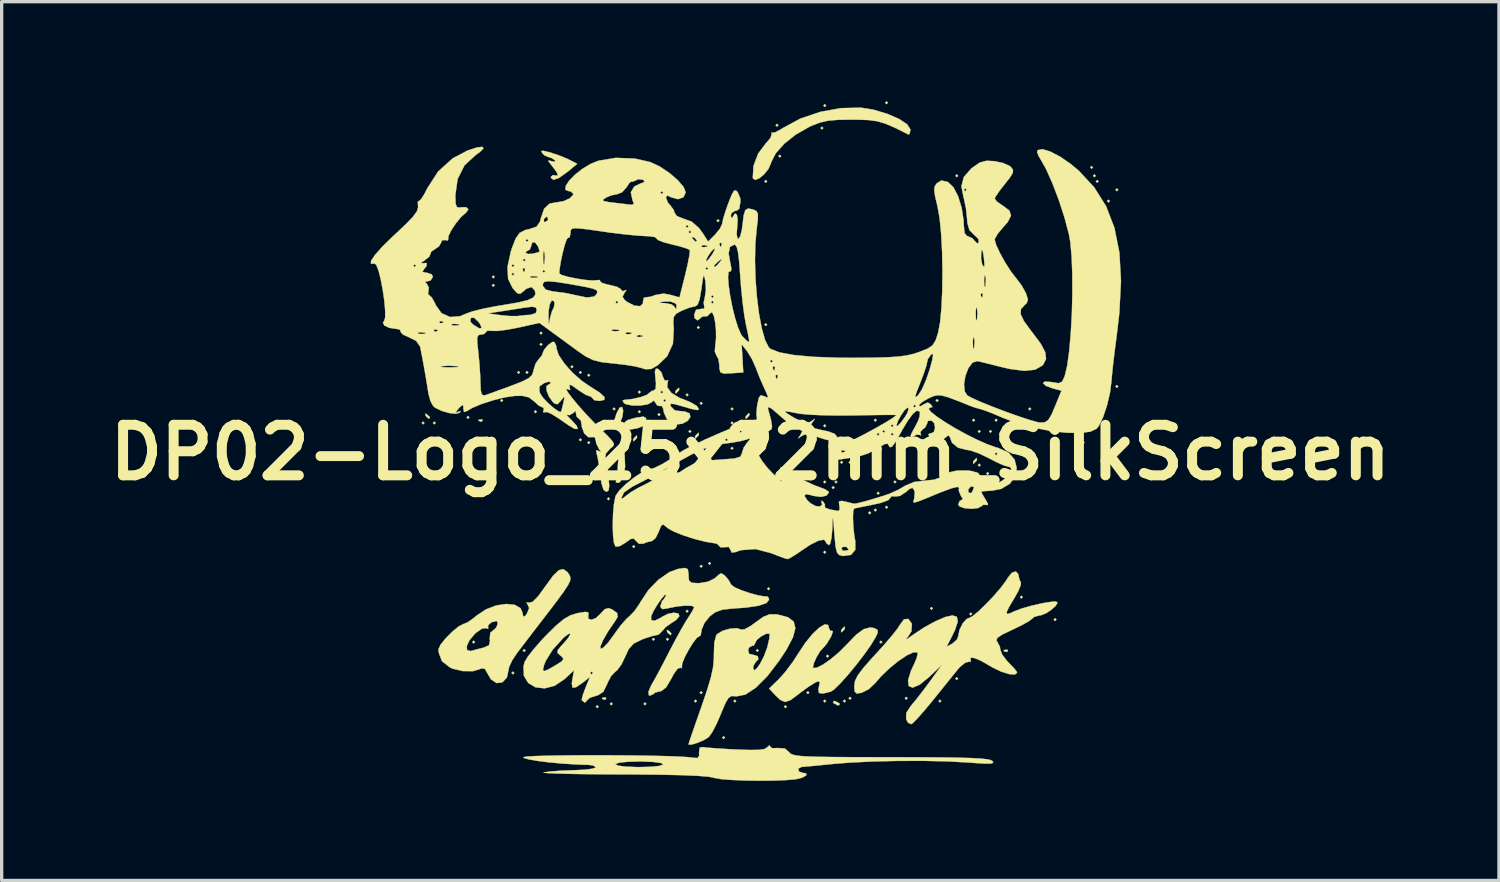
<source format=kicad_pcb>
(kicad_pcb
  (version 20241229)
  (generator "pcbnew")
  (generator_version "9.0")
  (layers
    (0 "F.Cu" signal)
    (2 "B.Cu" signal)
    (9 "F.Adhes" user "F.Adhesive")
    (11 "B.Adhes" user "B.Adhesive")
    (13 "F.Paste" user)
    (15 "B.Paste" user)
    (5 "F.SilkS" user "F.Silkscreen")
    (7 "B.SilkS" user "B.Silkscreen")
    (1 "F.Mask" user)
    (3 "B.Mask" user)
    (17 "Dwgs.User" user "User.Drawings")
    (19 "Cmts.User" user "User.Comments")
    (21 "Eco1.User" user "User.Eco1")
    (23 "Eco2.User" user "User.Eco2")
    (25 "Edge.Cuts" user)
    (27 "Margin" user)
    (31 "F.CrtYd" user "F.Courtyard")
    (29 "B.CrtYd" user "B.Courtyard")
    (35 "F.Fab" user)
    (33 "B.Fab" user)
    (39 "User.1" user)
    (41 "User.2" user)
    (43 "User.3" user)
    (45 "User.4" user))
  (footprint "DP02-Logo_25x22mm_SilkScreen"
    (layer "F.Cu")
    (at 19.565 10.588)
    (property "Reference" "DP02-Logo_25x22mm_SilkScreen" (at 0 0 0) (layer "F.SilkS") (effects (font (size 1.524 1.524) (thickness 0.3))))
    (attr through_hole)
    (fp_poly (pts (xy -9.821 -0.889) (xy -9.864 -0.847) (xy -9.906 -0.889) (xy -9.864 -0.931) (xy -9.821 -0.889)) (stroke (width 0.01) (type solid)) (fill yes) (layer "F.SilkS"))
    (fp_poly (pts (xy -9.483 -0.889) (xy -9.525 -0.847) (xy -9.567 -0.889) (xy -9.525 -0.931) (xy -9.483 -0.889)) (stroke (width 0.01) (type solid)) (fill yes) (layer "F.SilkS"))
    (fp_poly (pts (xy -8.467 -1.058) (xy -8.509 -1.016) (xy -8.551 -1.058) (xy -8.509 -1.101) (xy -8.467 -1.058)) (stroke (width 0.01) (type solid)) (fill yes) (layer "F.SilkS"))
    (fp_poly (pts (xy -8.297 5.715) (xy -8.34 5.757) (xy -8.382 5.715) (xy -8.34 5.673) (xy -8.297 5.715)) (stroke (width 0.01) (type solid)) (fill yes) (layer "F.SilkS"))
    (fp_poly (pts (xy -7.705 -5.292) (xy -7.747 -5.249) (xy -7.789 -5.292) (xy -7.747 -5.334) (xy -7.705 -5.292)) (stroke (width 0.01) (type solid)) (fill yes) (layer "F.SilkS"))
    (fp_poly (pts (xy -7.705 -5.038) (xy -7.747 -4.995) (xy -7.789 -5.038) (xy -7.747 -5.08) (xy -7.705 -5.038)) (stroke (width 0.01) (type solid)) (fill yes) (layer "F.SilkS"))
    (fp_poly (pts (xy -7.451 -1.566) (xy -7.493 -1.524) (xy -7.535 -1.566) (xy -7.493 -1.609) (xy -7.451 -1.566)) (stroke (width 0.01) (type solid)) (fill yes) (layer "F.SilkS"))
    (fp_poly (pts (xy -7.112 6.646) (xy -7.154 6.689) (xy -7.197 6.646) (xy -7.154 6.604) (xy -7.112 6.646)) (stroke (width 0.01) (type solid)) (fill yes) (layer "F.SilkS"))
    (fp_poly (pts (xy -6.943 -2.413) (xy -6.985 -2.371) (xy -7.027 -2.413) (xy -6.985 -2.455) (xy -6.943 -2.413)) (stroke (width 0.01) (type solid)) (fill yes) (layer "F.SilkS"))
    (fp_poly (pts (xy -6.773 5.969) (xy -6.816 6.011) (xy -6.858 5.969) (xy -6.816 5.927) (xy -6.773 5.969)) (stroke (width 0.01) (type solid)) (fill yes) (layer "F.SilkS"))
    (fp_poly (pts (xy -6.689 -2.413) (xy -6.731 -2.371) (xy -6.773 -2.413) (xy -6.731 -2.455) (xy -6.689 -2.413)) (stroke (width 0.01) (type solid)) (fill yes) (layer "F.SilkS"))
    (fp_poly (pts (xy -6.435 -1.228) (xy -6.477 -1.185) (xy -6.519 -1.228) (xy -6.477 -1.27) (xy -6.435 -1.228)) (stroke (width 0.01) (type solid)) (fill yes) (layer "F.SilkS"))
    (fp_poly (pts (xy -6.265 -3.598) (xy -6.308 -3.556) (xy -6.35 -3.598) (xy -6.308 -3.641) (xy -6.265 -3.598)) (stroke (width 0.01) (type solid)) (fill yes) (layer "F.SilkS"))
    (fp_poly (pts (xy -6.265 -3.26) (xy -6.308 -3.217) (xy -6.35 -3.26) (xy -6.308 -3.302) (xy -6.265 -3.26)) (stroke (width 0.01) (type solid)) (fill yes) (layer "F.SilkS"))
    (fp_poly (pts (xy -5.334 -2.582) (xy -5.376 -2.54) (xy -5.419 -2.582) (xy -5.376 -2.625) (xy -5.334 -2.582)) (stroke (width 0.01) (type solid)) (fill yes) (layer "F.SilkS"))
    (fp_poly (pts (xy -5.08 -2.413) (xy -5.122 -2.371) (xy -5.165 -2.413) (xy -5.122 -2.455) (xy -5.08 -2.413)) (stroke (width 0.01) (type solid)) (fill yes) (layer "F.SilkS"))
    (fp_poly (pts (xy -5.08 -0.381) (xy -5.122 -0.339) (xy -5.165 -0.381) (xy -5.122 -0.423) (xy -5.08 -0.381)) (stroke (width 0.01) (type solid)) (fill yes) (layer "F.SilkS"))
    (fp_poly (pts (xy -4.826 -2.328) (xy -4.868 -2.286) (xy -4.911 -2.328) (xy -4.868 -2.371) (xy -4.826 -2.328)) (stroke (width 0.01) (type solid)) (fill yes) (layer "F.SilkS"))
    (fp_poly (pts (xy -4.826 -0.296) (xy -4.868 -0.254) (xy -4.911 -0.296) (xy -4.868 -0.339) (xy -4.826 -0.296)) (stroke (width 0.01) (type solid)) (fill yes) (layer "F.SilkS"))
    (fp_poly (pts (xy -4.572 7.662) (xy -4.614 7.705) (xy -4.657 7.662) (xy -4.614 7.62) (xy -4.572 7.662)) (stroke (width 0.01) (type solid)) (fill yes) (layer "F.SilkS"))
    (fp_poly (pts (xy -4.233 1.397) (xy -4.276 1.439) (xy -4.318 1.397) (xy -4.276 1.355) (xy -4.233 1.397)) (stroke (width 0.01) (type solid)) (fill yes) (layer "F.SilkS"))
    (fp_poly (pts (xy -4.149 7.578) (xy -4.191 7.62) (xy -4.233 7.578) (xy -4.191 7.535) (xy -4.149 7.578)) (stroke (width 0.01) (type solid)) (fill yes) (layer "F.SilkS"))
    (fp_poly (pts (xy -4.064 -1.312) (xy -4.106 -1.27) (xy -4.149 -1.312) (xy -4.106 -1.355) (xy -4.064 -1.312)) (stroke (width 0.01) (type solid)) (fill yes) (layer "F.SilkS"))
    (fp_poly (pts (xy -3.471 2.836) (xy -3.514 2.879) (xy -3.556 2.836) (xy -3.514 2.794) (xy -3.471 2.836)) (stroke (width 0.01) (type solid)) (fill yes) (layer "F.SilkS"))
    (fp_poly (pts (xy -3.302 -1.82) (xy -3.344 -1.778) (xy -3.387 -1.82) (xy -3.344 -1.863) (xy -3.302 -1.82)) (stroke (width 0.01) (type solid)) (fill yes) (layer "F.SilkS"))
    (fp_poly (pts (xy -3.302 -1.228) (xy -3.344 -1.185) (xy -3.387 -1.228) (xy -3.344 -1.27) (xy -3.302 -1.228)) (stroke (width 0.01) (type solid)) (fill yes) (layer "F.SilkS"))
    (fp_poly (pts (xy -3.133 7.578) (xy -3.175 7.62) (xy -3.217 7.578) (xy -3.175 7.535) (xy -3.133 7.578)) (stroke (width 0.01) (type solid)) (fill yes) (layer "F.SilkS"))
    (fp_poly (pts (xy -2.879 5.63) (xy -2.921 5.673) (xy -2.963 5.63) (xy -2.921 5.588) (xy -2.879 5.63)) (stroke (width 0.01) (type solid)) (fill yes) (layer "F.SilkS"))
    (fp_poly (pts (xy -2.709 -1.143) (xy -2.752 -1.101) (xy -2.794 -1.143) (xy -2.752 -1.185) (xy -2.709 -1.143)) (stroke (width 0.01) (type solid)) (fill yes) (layer "F.SilkS"))
    (fp_poly (pts (xy -2.455 5.63) (xy -2.498 5.673) (xy -2.54 5.63) (xy -2.498 5.588) (xy -2.455 5.63)) (stroke (width 0.01) (type solid)) (fill yes) (layer "F.SilkS"))
    (fp_poly (pts (xy -1.863 -1.736) (xy -1.905 -1.693) (xy -1.947 -1.736) (xy -1.905 -1.778) (xy -1.863 -1.736)) (stroke (width 0.01) (type solid)) (fill yes) (layer "F.SilkS"))
    (fp_poly (pts (xy -1.863 4.784) (xy -1.905 4.826) (xy -1.947 4.784) (xy -1.905 4.741) (xy -1.863 4.784)) (stroke (width 0.01) (type solid)) (fill yes) (layer "F.SilkS"))
    (fp_poly (pts (xy -1.778 -0.635) (xy -1.82 -0.593) (xy -1.863 -0.635) (xy -1.82 -0.677) (xy -1.778 -0.635)) (stroke (width 0.01) (type solid)) (fill yes) (layer "F.SilkS"))
    (fp_poly (pts (xy -1.609 7.493) (xy -1.651 7.535) (xy -1.693 7.493) (xy -1.651 7.451) (xy -1.609 7.493)) (stroke (width 0.01) (type solid)) (fill yes) (layer "F.SilkS"))
    (fp_poly (pts (xy -1.524 -3.768) (xy -1.566 -3.725) (xy -1.609 -3.768) (xy -1.566 -3.81) (xy -1.524 -3.768)) (stroke (width 0.01) (type solid)) (fill yes) (layer "F.SilkS"))
    (fp_poly (pts (xy -1.439 -1.482) (xy -1.482 -1.439) (xy -1.524 -1.482) (xy -1.482 -1.524) (xy -1.439 -1.482)) (stroke (width 0.01) (type solid)) (fill yes) (layer "F.SilkS"))
    (fp_poly (pts (xy -1.439 3.429) (xy -1.482 3.471) (xy -1.524 3.429) (xy -1.482 3.387) (xy -1.439 3.429)) (stroke (width 0.01) (type solid)) (fill yes) (layer "F.SilkS"))
    (fp_poly (pts (xy -1.439 7.239) (xy -1.482 7.281) (xy -1.524 7.239) (xy -1.482 7.197) (xy -1.439 7.239)) (stroke (width 0.01) (type solid)) (fill yes) (layer "F.SilkS"))
    (fp_poly (pts (xy -1.185 3.344) (xy -1.228 3.387) (xy -1.27 3.344) (xy -1.228 3.302) (xy -1.185 3.344)) (stroke (width 0.01) (type solid)) (fill yes) (layer "F.SilkS"))
    (fp_poly (pts (xy -0.931 -6.985) (xy -0.974 -6.943) (xy -1.016 -6.985) (xy -0.974 -7.027) (xy -0.931 -6.985)) (stroke (width 0.01) (type solid)) (fill yes) (layer "F.SilkS"))
    (fp_poly (pts (xy -0.762 8.594) (xy -0.804 8.636) (xy -0.847 8.594) (xy -0.804 8.551) (xy -0.762 8.594)) (stroke (width 0.01) (type solid)) (fill yes) (layer "F.SilkS"))
    (fp_poly (pts (xy -0.508 -1.312) (xy -0.55 -1.27) (xy -0.593 -1.312) (xy -0.55 -1.355) (xy -0.508 -1.312)) (stroke (width 0.01) (type solid)) (fill yes) (layer "F.SilkS"))
    (fp_poly (pts (xy -0.508 -0.889) (xy -0.55 -0.847) (xy -0.593 -0.889) (xy -0.55 -0.931) (xy -0.508 -0.889)) (stroke (width 0.01) (type solid)) (fill yes) (layer "F.SilkS"))
    (fp_poly (pts (xy -0.508 -0.127) (xy -0.55 -0.085) (xy -0.593 -0.127) (xy -0.55 -0.169) (xy -0.508 -0.127)) (stroke (width 0.01) (type solid)) (fill yes) (layer "F.SilkS"))
    (fp_poly (pts (xy -0.423 7.493) (xy -0.466 7.535) (xy -0.508 7.493) (xy -0.466 7.451) (xy -0.423 7.493)) (stroke (width 0.01) (type solid)) (fill yes) (layer "F.SilkS"))
    (fp_poly (pts (xy 0.254 5.969) (xy 0.212 6.011) (xy 0.169 5.969) (xy 0.212 5.927) (xy 0.254 5.969)) (stroke (width 0.01) (type solid)) (fill yes) (layer "F.SilkS"))
    (fp_poly (pts (xy 0.508 -8.17) (xy 0.466 -8.128) (xy 0.423 -8.17) (xy 0.466 -8.213) (xy 0.508 -8.17)) (stroke (width 0.01) (type solid)) (fill yes) (layer "F.SilkS"))
    (fp_poly (pts (xy 0.508 -3.852) (xy 0.466 -3.81) (xy 0.423 -3.852) (xy 0.466 -3.895) (xy 0.508 -3.852)) (stroke (width 0.01) (type solid)) (fill yes) (layer "F.SilkS"))
    (fp_poly (pts (xy 0.593 4.106) (xy 0.55 4.149) (xy 0.508 4.106) (xy 0.55 4.064) (xy 0.593 4.106)) (stroke (width 0.01) (type solid)) (fill yes) (layer "F.SilkS"))
    (fp_poly (pts (xy 0.847 -9.864) (xy 0.804 -9.821) (xy 0.762 -9.864) (xy 0.804 -9.906) (xy 0.847 -9.864)) (stroke (width 0.01) (type solid)) (fill yes) (layer "F.SilkS"))
    (fp_poly (pts (xy 0.931 -8.932) (xy 0.889 -8.89) (xy 0.847 -8.932) (xy 0.889 -8.975) (xy 0.931 -8.932)) (stroke (width 0.01) (type solid)) (fill yes) (layer "F.SilkS"))
    (fp_poly (pts (xy 1.101 7.662) (xy 1.058 7.705) (xy 1.016 7.662) (xy 1.058 7.62) (xy 1.101 7.662)) (stroke (width 0.01) (type solid)) (fill yes) (layer "F.SilkS"))
    (fp_poly (pts (xy 1.778 7.239) (xy 1.736 7.281) (xy 1.693 7.239) (xy 1.736 7.197) (xy 1.778 7.239)) (stroke (width 0.01) (type solid)) (fill yes) (layer "F.SilkS"))
    (fp_poly (pts (xy 1.863 0.804) (xy 1.82 0.847) (xy 1.778 0.804) (xy 1.82 0.762) (xy 1.863 0.804)) (stroke (width 0.01) (type solid)) (fill yes) (layer "F.SilkS"))
    (fp_poly (pts (xy 2.201 -9.779) (xy 2.159 -9.737) (xy 2.117 -9.779) (xy 2.159 -9.821) (xy 2.201 -9.779)) (stroke (width 0.01) (type solid)) (fill yes) (layer "F.SilkS"))
    (fp_poly (pts (xy 2.286 -10.456) (xy 2.244 -10.414) (xy 2.201 -10.456) (xy 2.244 -10.499) (xy 2.286 -10.456)) (stroke (width 0.01) (type solid)) (fill yes) (layer "F.SilkS"))
    (fp_poly (pts (xy 2.286 -0.804) (xy 2.244 -0.762) (xy 2.201 -0.804) (xy 2.244 -0.847) (xy 2.286 -0.804)) (stroke (width 0.01) (type solid)) (fill yes) (layer "F.SilkS"))
    (fp_poly (pts (xy 2.286 0.889) (xy 2.244 0.931) (xy 2.201 0.889) (xy 2.244 0.847) (xy 2.286 0.889)) (stroke (width 0.01) (type solid)) (fill yes) (layer "F.SilkS"))
    (fp_poly (pts (xy 2.286 3.006) (xy 2.244 3.048) (xy 2.201 3.006) (xy 2.244 2.963) (xy 2.286 3.006)) (stroke (width 0.01) (type solid)) (fill yes) (layer "F.SilkS"))
    (fp_poly (pts (xy 2.286 7.493) (xy 2.244 7.535) (xy 2.201 7.493) (xy 2.244 7.451) (xy 2.286 7.493)) (stroke (width 0.01) (type solid)) (fill yes) (layer "F.SilkS"))
    (fp_poly (pts (xy 2.371 6.138) (xy 2.328 6.181) (xy 2.286 6.138) (xy 2.328 6.096) (xy 2.371 6.138)) (stroke (width 0.01) (type solid)) (fill yes) (layer "F.SilkS"))
    (fp_poly (pts (xy 2.54 0.466) (xy 2.498 0.508) (xy 2.455 0.466) (xy 2.498 0.423) (xy 2.54 0.466)) (stroke (width 0.01) (type solid)) (fill yes) (layer "F.SilkS"))
    (fp_poly (pts (xy 2.54 1.058) (xy 2.498 1.101) (xy 2.455 1.058) (xy 2.498 1.016) (xy 2.54 1.058)) (stroke (width 0.01) (type solid)) (fill yes) (layer "F.SilkS"))
    (fp_poly (pts (xy 2.625 0.889) (xy 2.582 0.931) (xy 2.54 0.889) (xy 2.582 0.847) (xy 2.625 0.889)) (stroke (width 0.01) (type solid)) (fill yes) (layer "F.SilkS"))
    (fp_poly (pts (xy 2.794 0.296) (xy 2.752 0.339) (xy 2.709 0.296) (xy 2.752 0.254) (xy 2.794 0.296)) (stroke (width 0.01) (type solid)) (fill yes) (layer "F.SilkS"))
    (fp_poly (pts (xy 2.879 7.493) (xy 2.836 7.535) (xy 2.794 7.493) (xy 2.836 7.451) (xy 2.879 7.493)) (stroke (width 0.01) (type solid)) (fill yes) (layer "F.SilkS"))
    (fp_poly (pts (xy 3.048 0.296) (xy 3.006 0.339) (xy 2.963 0.296) (xy 3.006 0.254) (xy 3.048 0.296)) (stroke (width 0.01) (type solid)) (fill yes) (layer "F.SilkS"))
    (fp_poly (pts (xy 3.048 7.408) (xy 3.006 7.451) (xy 2.963 7.408) (xy 3.006 7.366) (xy 3.048 7.408)) (stroke (width 0.01) (type solid)) (fill yes) (layer "F.SilkS"))
    (fp_poly (pts (xy 3.641 1.82) (xy 3.598 1.863) (xy 3.556 1.82) (xy 3.598 1.778) (xy 3.641 1.82)) (stroke (width 0.01) (type solid)) (fill yes) (layer "F.SilkS"))
    (fp_poly (pts (xy 3.81 -0.974) (xy 3.768 -0.931) (xy 3.725 -0.974) (xy 3.768 -1.016) (xy 3.81 -0.974)) (stroke (width 0.01) (type solid)) (fill yes) (layer "F.SilkS"))
    (fp_poly (pts (xy 3.81 1.736) (xy 3.768 1.778) (xy 3.725 1.736) (xy 3.768 1.693) (xy 3.81 1.736)) (stroke (width 0.01) (type solid)) (fill yes) (layer "F.SilkS"))
    (fp_poly (pts (xy 3.895 1.228) (xy 3.852 1.27) (xy 3.81 1.228) (xy 3.852 1.185) (xy 3.895 1.228)) (stroke (width 0.01) (type solid)) (fill yes) (layer "F.SilkS"))
    (fp_poly (pts (xy 3.979 5.715) (xy 3.937 5.757) (xy 3.895 5.715) (xy 3.937 5.673) (xy 3.979 5.715)) (stroke (width 0.01) (type solid)) (fill yes) (layer "F.SilkS"))
    (fp_poly (pts (xy 4.149 -10.541) (xy 4.106 -10.499) (xy 4.064 -10.541) (xy 4.106 -10.583) (xy 4.149 -10.541)) (stroke (width 0.01) (type solid)) (fill yes) (layer "F.SilkS"))
    (fp_poly (pts (xy 4.149 1.651) (xy 4.106 1.693) (xy 4.064 1.651) (xy 4.106 1.609) (xy 4.149 1.651)) (stroke (width 0.01) (type solid)) (fill yes) (layer "F.SilkS"))
    (fp_poly (pts (xy 4.403 0.889) (xy 4.36 0.931) (xy 4.318 0.889) (xy 4.36 0.847) (xy 4.403 0.889)) (stroke (width 0.01) (type solid)) (fill yes) (layer "F.SilkS"))
    (fp_poly (pts (xy 4.741 7.408) (xy 4.699 7.451) (xy 4.657 7.408) (xy 4.699 7.366) (xy 4.741 7.408)) (stroke (width 0.01) (type solid)) (fill yes) (layer "F.SilkS"))
    (fp_poly (pts (xy 5.08 -0.381) (xy 5.038 -0.339) (xy 4.995 -0.381) (xy 5.038 -0.423) (xy 5.08 -0.381)) (stroke (width 0.01) (type solid)) (fill yes) (layer "F.SilkS"))
    (fp_poly (pts (xy 5.503 4.699) (xy 5.461 4.741) (xy 5.419 4.699) (xy 5.461 4.657) (xy 5.503 4.699)) (stroke (width 0.01) (type solid)) (fill yes) (layer "F.SilkS"))
    (fp_poly (pts (xy 5.673 -1.566) (xy 5.63 -1.524) (xy 5.588 -1.566) (xy 5.63 -1.609) (xy 5.673 -1.566)) (stroke (width 0.01) (type solid)) (fill yes) (layer "F.SilkS"))
    (fp_poly (pts (xy 5.757 7.493) (xy 5.715 7.535) (xy 5.673 7.493) (xy 5.715 7.451) (xy 5.757 7.493)) (stroke (width 0.01) (type solid)) (fill yes) (layer "F.SilkS"))
    (fp_poly (pts (xy 6.265 -8.34) (xy 6.223 -8.297) (xy 6.181 -8.34) (xy 6.223 -8.382) (xy 6.265 -8.34)) (stroke (width 0.01) (type solid)) (fill yes) (layer "F.SilkS"))
    (fp_poly (pts (xy 6.265 6.816) (xy 6.223 6.858) (xy 6.181 6.816) (xy 6.223 6.773) (xy 6.265 6.816)) (stroke (width 0.01) (type solid)) (fill yes) (layer "F.SilkS"))
    (fp_poly (pts (xy 6.689 4.868) (xy 6.646 4.911) (xy 6.604 4.868) (xy 6.646 4.826) (xy 6.689 4.868)) (stroke (width 0.01) (type solid)) (fill yes) (layer "F.SilkS"))
    (fp_poly (pts (xy 6.773 -0.974) (xy 6.731 -0.931) (xy 6.689 -0.974) (xy 6.731 -1.016) (xy 6.773 -0.974)) (stroke (width 0.01) (type solid)) (fill yes) (layer "F.SilkS"))
    (fp_poly (pts (xy 6.943 -0.635) (xy 6.9 -0.593) (xy 6.858 -0.635) (xy 6.9 -0.677) (xy 6.943 -0.635)) (stroke (width 0.01) (type solid)) (fill yes) (layer "F.SilkS"))
    (fp_poly (pts (xy 6.943 0.381) (xy 6.9 0.423) (xy 6.858 0.381) (xy 6.9 0.339) (xy 6.943 0.381)) (stroke (width 0.01) (type solid)) (fill yes) (layer "F.SilkS"))
    (fp_poly (pts (xy 7.197 0.635) (xy 7.154 0.677) (xy 7.112 0.635) (xy 7.154 0.593) (xy 7.197 0.635)) (stroke (width 0.01) (type solid)) (fill yes) (layer "F.SilkS"))
    (fp_poly (pts (xy 7.281 -0.635) (xy 7.239 -0.593) (xy 7.197 -0.635) (xy 7.239 -0.677) (xy 7.281 -0.635)) (stroke (width 0.01) (type solid)) (fill yes) (layer "F.SilkS"))
    (fp_poly (pts (xy 7.451 -0.974) (xy 7.408 -0.931) (xy 7.366 -0.974) (xy 7.408 -1.016) (xy 7.451 -0.974)) (stroke (width 0.01) (type solid)) (fill yes) (layer "F.SilkS"))
    (fp_poly (pts (xy 8.213 4.36) (xy 8.17 4.403) (xy 8.128 4.36) (xy 8.17 4.318) (xy 8.213 4.36)) (stroke (width 0.01) (type solid)) (fill yes) (layer "F.SilkS"))
    (fp_poly (pts (xy 8.467 -1.312) (xy 8.424 -1.27) (xy 8.382 -1.312) (xy 8.424 -1.355) (xy 8.467 -1.312)) (stroke (width 0.01) (type solid)) (fill yes) (layer "F.SilkS"))
    (fp_poly (pts (xy 9.229 5.038) (xy 9.186 5.08) (xy 9.144 5.038) (xy 9.186 4.995) (xy 9.229 5.038)) (stroke (width 0.01) (type solid)) (fill yes) (layer "F.SilkS"))
    (fp_poly (pts (xy 10.075 -0.296) (xy 10.033 -0.254) (xy 9.991 -0.296) (xy 10.033 -0.339) (xy 10.075 -0.296)) (stroke (width 0.01) (type solid)) (fill yes) (layer "F.SilkS"))
    (fp_poly (pts (xy 10.329 -8.594) (xy 10.287 -8.551) (xy 10.245 -8.594) (xy 10.287 -8.636) (xy 10.329 -8.594)) (stroke (width 0.01) (type solid)) (fill yes) (layer "F.SilkS"))
    (fp_poly (pts (xy 10.414 -8.34) (xy 10.372 -8.297) (xy 10.329 -8.34) (xy 10.372 -8.382) (xy 10.414 -8.34)) (stroke (width 0.01) (type solid)) (fill yes) (layer "F.SilkS"))
    (fp_poly (pts (xy 10.499 -8.17) (xy 10.456 -8.128) (xy 10.414 -8.17) (xy 10.456 -8.213) (xy 10.499 -8.17)) (stroke (width 0.01) (type solid)) (fill yes) (layer "F.SilkS"))
    (fp_poly (pts (xy 10.837 -7.578) (xy 10.795 -7.535) (xy 10.753 -7.578) (xy 10.795 -7.62) (xy 10.837 -7.578)) (stroke (width 0.01) (type solid)) (fill yes) (layer "F.SilkS"))
    (fp_poly (pts (xy 11.091 -7.916) (xy 11.049 -7.874) (xy 11.007 -7.916) (xy 11.049 -7.959) (xy 11.091 -7.916)) (stroke (width 0.01) (type solid)) (fill yes) (layer "F.SilkS"))
    (fp_poly (pts (xy 11.091 -1.99) (xy 11.049 -1.947) (xy 11.007 -1.99) (xy 11.049 -2.032) (xy 11.091 -1.99)) (stroke (width 0.01) (type solid)) (fill yes) (layer "F.SilkS"))
    (fp_poly (pts (xy -8.072 -0.988) (xy -8.083 -0.937) (xy -8.128 -0.931) (xy -8.198 -0.962) (xy -8.184 -0.988) (xy -8.084 -0.998) (xy -8.072 -0.988)) (stroke (width 0.01) (type solid)) (fill yes) (layer "F.SilkS"))
    (fp_poly (pts (xy -4.346 7.394) (xy -4.358 7.445) (xy -4.403 7.451) (xy -4.472 7.42) (xy -4.459 7.394) (xy -4.359 7.384) (xy -4.346 7.394)) (stroke (width 0.01) (type solid)) (fill yes) (layer "F.SilkS"))
    (fp_poly (pts (xy 7.761 5.955) (xy 7.749 6.005) (xy 7.705 6.011) (xy 7.635 5.98) (xy 7.648 5.955) (xy 7.749 5.945) (xy 7.761 5.955)) (stroke (width 0.01) (type solid)) (fill yes) (layer "F.SilkS"))
    (fp_poly (pts (xy -9.75 -1.151) (xy -9.659 -1.066) (xy -9.678 -1.017) (xy -9.689 -1.016) (xy -9.761 -1.076) (xy -9.787 -1.114) (xy -9.797 -1.172) (xy -9.75 -1.151)) (stroke (width 0.01) (type solid)) (fill yes) (layer "F.SilkS"))
    (fp_poly (pts (xy -2.468 5.368) (xy -2.378 5.453) (xy -2.396 5.503) (xy -2.408 5.503) (xy -2.48 5.443) (xy -2.506 5.406) (xy -2.516 5.348) (xy -2.468 5.368)) (stroke (width 0.01) (type solid)) (fill yes) (layer "F.SilkS"))
    (fp_poly (pts (xy 2.578 7.503) (xy 2.697 7.571) (xy 2.677 7.616) (xy 2.63 7.62) (xy 2.515 7.559) (xy 2.498 7.536) (xy 2.512 7.488) (xy 2.578 7.503)) (stroke (width 0.01) (type solid)) (fill yes) (layer "F.SilkS"))
    (fp_poly (pts (xy -3.413 -0.453) (xy -3.429 -0.423) (xy -3.509 -0.342) (xy -3.524 -0.339) (xy -3.529 -0.393) (xy -3.514 -0.423) (xy -3.434 -0.504) (xy -3.419 -0.508) (xy -3.413 -0.453)) (stroke (width 0.01) (type solid)) (fill yes) (layer "F.SilkS"))
    (fp_poly (pts (xy -2.143 -1.893) (xy -2.159 -1.863) (xy -2.239 -1.782) (xy -2.254 -1.778) (xy -2.259 -1.833) (xy -2.244 -1.863) (xy -2.164 -1.944) (xy -2.149 -1.947) (xy -2.143 -1.893)) (stroke (width 0.01) (type solid)) (fill yes) (layer "F.SilkS"))
    (fp_poly (pts (xy -1.551 -0.538) (xy -1.566 -0.508) (xy -1.646 -0.427) (xy -1.661 -0.423) (xy -1.667 -0.478) (xy -1.651 -0.508) (xy -1.571 -0.589) (xy -1.556 -0.593) (xy -1.551 -0.538)) (stroke (width 0.01) (type solid)) (fill yes) (layer "F.SilkS"))
    (fp_poly (pts (xy -0.027 -1.131) (xy -0.042 -1.101) (xy -0.122 -1.02) (xy -0.137 -1.016) (xy -0.143 -1.071) (xy -0.127 -1.101) (xy -0.047 -1.182) (xy -0.032 -1.185) (xy -0.027 -1.131)) (stroke (width 0.01) (type solid)) (fill yes) (layer "F.SilkS"))
    (fp_poly (pts (xy 2.852 5.304) (xy 2.836 5.334) (xy 2.757 5.415) (xy 2.742 5.419) (xy 2.736 5.364) (xy 2.752 5.334) (xy 2.831 5.253) (xy 2.846 5.249) (xy 2.852 5.304)) (stroke (width 0.01) (type solid)) (fill yes) (layer "F.SilkS"))
    (fp_poly (pts (xy 6.831 0.224) (xy 6.816 0.254) (xy 6.736 0.335) (xy 6.721 0.339) (xy 6.715 0.284) (xy 6.731 0.254) (xy 6.811 0.173) (xy 6.826 0.169) (xy 6.831 0.224)) (stroke (width 0.01) (type solid)) (fill yes) (layer "F.SilkS"))
    (fp_poly (pts (xy -3.831 -1.258) (xy -3.858 -1.066) (xy -3.926 -0.897) (xy -4.018 -0.765) (xy -4.101 -0.704) (xy -4.142 -0.749) (xy -4.142 -0.773) (xy -4.11 -0.927) (xy -4.041 -1.15) (xy -4.03 -1.181) (xy -3.939 -1.352) (xy -3.863 -1.372) (xy -3.831 -1.258)) (stroke (width 0.01) (type solid)) (fill yes) (layer "F.SilkS"))
    (fp_poly (pts (xy -3.144 -1.036) (xy -3.133 -0.949) (xy -3.194 -0.81) (xy -3.394 -0.731) (xy -3.397 -0.73) (xy -3.643 -0.687) (xy -3.765 -0.691) (xy -3.807 -0.749) (xy -3.81 -0.799) (xy -3.789 -0.907) (xy -3.698 -0.977) (xy -3.495 -1.036) (xy -3.408 -1.055) (xy -3.219 -1.081) (xy -3.144 -1.036)) (stroke (width 0.01) (type solid)) (fill yes) (layer "F.SilkS"))
    (fp_poly (pts (xy -3.855 -0.199) (xy -3.799 0.003) (xy -3.787 0.086) (xy -3.773 0.427) (xy -3.822 0.707) (xy -3.922 0.884) (xy -3.976 0.916) (xy -4.051 0.901) (xy -4.038 0.761) (xy -4.036 0.752) (xy -4.002 0.544) (xy -3.983 0.259) (xy -3.98 0.148) (xy -3.961 -0.121) (xy -3.914 -0.239) (xy -3.855 -0.199)) (stroke (width 0.01) (type solid)) (fill yes) (layer "F.SilkS"))
    (fp_poly (pts (xy -6.048 -9.047) (xy -6.039 -9.045) (xy -5.751 -8.95) (xy -5.485 -8.838) (xy -5.466 -8.828) (xy -5.218 -8.7) (xy -5.509 -8.459) (xy -5.757 -8.281) (xy -5.929 -8.218) (xy -6.008 -8.274) (xy -6.011 -8.306) (xy -5.949 -8.362) (xy -5.88 -8.35) (xy -5.797 -8.347) (xy -5.837 -8.453) (xy -6.001 -8.669) (xy -6.003 -8.672) (xy -6.091 -8.787) (xy -6.062 -8.804) (xy -5.986 -8.778) (xy -5.882 -8.765) (xy -5.885 -8.806) (xy -6.008 -8.885) (xy -6.048 -8.89) (xy -6.193 -8.949) (xy -6.261 -9.012) (xy -6.304 -9.083) (xy -6.242 -9.094) (xy -6.048 -9.047)) (stroke (width 0.01) (type solid)) (fill yes) (layer "F.SilkS"))
    (fp_poly (pts (xy 3.698 -10.336) (xy 4.137 -10.204) (xy 4.488 -10.051) (xy 4.726 -9.892) (xy 4.825 -9.74) (xy 4.826 -9.722) (xy 4.8 -9.6) (xy 4.763 -9.586) (xy 4.373 -9.781) (xy 4.078 -9.909) (xy 3.823 -9.984) (xy 3.555 -10.02) (xy 3.219 -10.031) (xy 3.048 -10.032) (xy 2.637 -10.026) (xy 2.338 -9.999) (xy 2.093 -9.942) (xy 1.846 -9.846) (xy 1.771 -9.811) (xy 1.371 -9.582) (xy 1.024 -9.306) (xy 0.765 -9.014) (xy 0.627 -8.742) (xy 0.622 -8.718) (xy 0.548 -8.547) (xy 0.417 -8.385) (xy 0.27 -8.264) (xy 0.143 -8.215) (xy 0.076 -8.269) (xy 0.075 -8.276) (xy 0.096 -8.637) (xy 0.237 -9.009) (xy 0.472 -9.323) (xy 0.494 -9.343) (xy 0.614 -9.49) (xy 0.643 -9.596) (xy 0.642 -9.652) (xy 0.654 -9.637) (xy 0.737 -9.644) (xy 0.905 -9.73) (xy 0.985 -9.781) (xy 1.509 -10.063) (xy 2.109 -10.266) (xy 2.733 -10.379) (xy 3.327 -10.393) (xy 3.698 -10.336)) (stroke (width 0.01) (type solid)) (fill yes) (layer "F.SilkS"))
    (fp_poly (pts (xy 2.345 5.199) (xy 2.371 5.297) (xy 2.415 5.382) (xy 2.462 5.372) (xy 2.49 5.397) (xy 2.441 5.532) (xy 2.421 5.573) (xy 2.306 5.764) (xy 2.207 5.88) (xy 2.201 5.884) (xy 2.103 5.992) (xy 1.997 6.169) (xy 1.915 6.352) (xy 1.888 6.478) (xy 1.895 6.495) (xy 2 6.491) (xy 2.19 6.394) (xy 2.427 6.228) (xy 2.675 6.021) (xy 2.899 5.797) (xy 2.904 5.791) (xy 3.191 5.493) (xy 3.419 5.325) (xy 3.614 5.274) (xy 3.728 5.292) (xy 3.836 5.345) (xy 3.838 5.439) (xy 3.775 5.572) (xy 3.633 5.807) (xy 3.428 6.097) (xy 3.187 6.409) (xy 2.938 6.71) (xy 2.708 6.966) (xy 2.525 7.144) (xy 2.427 7.209) (xy 2.185 7.268) (xy 2.069 7.249) (xy 2.052 7.139) (xy 2.068 7.065) (xy 2.094 6.915) (xy 2.037 6.899) (xy 1.929 6.951) (xy 1.741 7.07) (xy 1.508 7.241) (xy 1.441 7.294) (xy 1.21 7.466) (xy 1.049 7.52) (xy 0.905 7.46) (xy 0.763 7.325) (xy 0.566 7.115) (xy 0.855 6.838) (xy 1.056 6.613) (xy 1.281 6.312) (xy 1.44 6.066) (xy 1.659 5.736) (xy 1.879 5.467) (xy 2.08 5.277) (xy 2.242 5.182) (xy 2.345 5.199)) (stroke (width 0.01) (type solid)) (fill yes) (layer "F.SilkS"))
    (fp_poly (pts (xy -2.785 -2.523) (xy -2.679 -2.417) (xy -2.64 -2.299) (xy -2.585 -2.174) (xy -2.521 -2.171) (xy -2.469 -2.175) (xy -2.489 -2.131) (xy -2.504 -1.966) (xy -2.38 -1.796) (xy -2.14 -1.649) (xy -2.036 -1.61) (xy -1.798 -1.513) (xy -1.626 -1.41) (xy -1.597 -1.383) (xy -1.548 -1.303) (xy -1.594 -1.278) (xy -1.756 -1.308) (xy -2.048 -1.392) (xy -2.283 -1.458) (xy -2.392 -1.468) (xy -2.409 -1.421) (xy -2.399 -1.392) (xy -2.283 -1.277) (xy -2.213 -1.257) (xy -2.029 -1.24) (xy -1.974 -1.235) (xy -1.829 -1.177) (xy -1.807 -1.071) (xy -1.885 -0.955) (xy -2.043 -0.869) (xy -2.191 -0.847) (xy -2.414 -0.912) (xy -2.52 -1.015) (xy -2.604 -1.205) (xy -2.625 -1.316) (xy -2.666 -1.405) (xy -2.71 -1.397) (xy -2.806 -1.416) (xy -2.849 -1.483) (xy -2.909 -1.566) (xy -2.625 -1.566) (xy -2.582 -1.524) (xy -2.54 -1.566) (xy -2.582 -1.609) (xy -2.625 -1.566) (xy -2.909 -1.566) (xy -2.911 -1.569) (xy -2.965 -1.52) (xy -3.09 -1.451) (xy -3.309 -1.415) (xy -3.553 -1.415) (xy -3.75 -1.455) (xy -3.81 -1.49) (xy -3.85 -1.569) (xy -3.792 -1.585) (xy -3.546 -1.613) (xy -3.302 -1.669) (xy -3.121 -1.735) (xy -3.062 -1.782) (xy -3.013 -1.82) (xy -2.709 -1.82) (xy -2.667 -1.778) (xy -2.625 -1.82) (xy -2.667 -1.863) (xy -2.709 -1.82) (xy -3.013 -1.82) (xy -2.965 -1.857) (xy -2.922 -1.863) (xy -2.853 -1.913) (xy -2.843 -2.083) (xy -2.857 -2.213) (xy -2.876 -2.435) (xy -2.846 -2.524) (xy -2.785 -2.523)) (stroke (width 0.01) (type solid)) (fill yes) (layer "F.SilkS"))
    (fp_poly (pts (xy 0.83 4.886) (xy 1.132 4.965) (xy 1.308 5.097) (xy 1.358 5.297) (xy 1.284 5.576) (xy 1.086 5.95) (xy 0.88 6.263) (xy 0.513 6.743) (xy 0.166 7.091) (xy -0.148 7.297) (xy -0.42 7.352) (xy -0.456 7.347) (xy -0.569 7.342) (xy -0.657 7.398) (xy -0.746 7.547) (xy -0.862 7.819) (xy -0.884 7.877) (xy -1.016 8.18) (xy -1.147 8.43) (xy -1.251 8.575) (xy -1.252 8.577) (xy -1.387 8.663) (xy -1.572 8.744) (xy -1.747 8.799) (xy -1.853 8.807) (xy -1.862 8.793) (xy -1.835 8.707) (xy -1.762 8.491) (xy -1.652 8.175) (xy -1.517 7.788) (xy -1.472 7.662) (xy -1.302 7.161) (xy -1.188 6.779) (xy -1.123 6.477) (xy -1.098 6.217) (xy -1.097 6.074) (xy -1.093 5.948) (xy -0.065 5.948) (xy -0.039 6.068) (xy 0.078 6.096) (xy 0.226 6.139) (xy 0.242 6.237) (xy 0.169 6.308) (xy 0.096 6.428) (xy 0.087 6.503) (xy 0.119 6.568) (xy 0.197 6.508) (xy 0.301 6.358) (xy 0.409 6.148) (xy 0.5 5.909) (xy 0.514 5.861) (xy 0.568 5.635) (xy 0.586 5.488) (xy 0.58 5.463) (xy 0.481 5.464) (xy 0.33 5.541) (xy 0.196 5.649) (xy 0.148 5.743) (xy 0.107 5.821) (xy 0.069 5.821) (xy -0.031 5.871) (xy -0.065 5.948) (xy -1.093 5.948) (xy -1.085 5.733) (xy -1.029 5.516) (xy -1 5.475) (xy -0.832 5.374) (xy -0.607 5.31) (xy -0.397 5.297) (xy -0.286 5.336) (xy -0.178 5.332) (xy 0.019 5.224) (xy 0.154 5.125) (xy 0.391 4.955) (xy 0.576 4.88) (xy 0.773 4.878) (xy 0.83 4.886)) (stroke (width 0.01) (type solid)) (fill yes) (layer "F.SilkS"))
    (fp_poly (pts (xy -5.511 3.607) (xy -5.457 3.683) (xy -5.422 3.763) (xy -5.429 3.859) (xy -5.492 3.995) (xy -5.624 4.197) (xy -5.838 4.488) (xy -6.064 4.784) (xy -6.351 5.157) (xy -6.624 5.513) (xy -6.854 5.814) (xy -7.014 6.023) (xy -7.031 6.045) (xy -7.179 6.27) (xy -7.269 6.462) (xy -7.281 6.525) (xy -7.336 6.782) (xy -7.471 6.928) (xy -7.645 6.951) (xy -7.815 6.84) (xy -7.902 6.694) (xy -7.997 6.527) (xy -8.096 6.505) (xy -8.131 6.523) (xy -8.362 6.592) (xy -8.668 6.589) (xy -8.969 6.518) (xy -9.053 6.48) (xy -9.294 6.292) (xy -9.392 6.032) (xy -9.398 5.93) (xy -9.356 5.837) (xy -8.546 5.837) (xy -8.537 5.957) (xy -8.431 5.986) (xy -8.403 5.979) (xy -8.205 5.925) (xy -8.035 5.882) (xy -7.876 5.812) (xy -7.846 5.677) (xy -7.854 5.625) (xy -7.837 5.434) (xy -7.757 5.368) (xy -7.663 5.285) (xy -7.613 5.166) (xy -7.632 5.086) (xy -7.655 5.08) (xy -7.806 5.121) (xy -7.902 5.209) (xy -7.903 5.271) (xy -7.901 5.319) (xy -7.952 5.295) (xy -8.083 5.307) (xy -8.273 5.439) (xy -8.304 5.468) (xy -8.466 5.662) (xy -8.546 5.837) (xy -9.356 5.837) (xy -9.337 5.794) (xy -9.185 5.605) (xy -8.989 5.407) (xy -8.793 5.245) (xy -8.643 5.167) (xy -8.626 5.165) (xy -8.509 5.113) (xy -8.327 4.982) (xy -8.247 4.915) (xy -7.969 4.73) (xy -7.66 4.612) (xy -7.357 4.566) (xy -7.098 4.593) (xy -6.924 4.696) (xy -6.872 4.812) (xy -6.843 4.948) (xy -6.788 4.929) (xy -6.731 4.854) (xy -6.665 4.689) (xy -6.708 4.591) (xy -6.749 4.516) (xy -6.671 4.532) (xy -6.558 4.5) (xy -6.392 4.331) (xy -6.172 4.027) (xy -5.946 3.717) (xy -5.774 3.55) (xy -5.636 3.516) (xy -5.511 3.607)) (stroke (width 0.01) (type solid)) (fill yes) (layer "F.SilkS"))
    (fp_poly (pts (xy 0.591 8.857) (xy 0.664 8.915) (xy 0.818 8.908) (xy 1.041 8.923) (xy 1.159 9.024) (xy 1.198 9.067) (xy 1.258 9.101) (xy 1.356 9.128) (xy 1.509 9.148) (xy 1.734 9.163) (xy 2.05 9.173) (xy 2.472 9.179) (xy 3.018 9.183) (xy 3.704 9.184) (xy 4.232 9.185) (xy 5.053 9.187) (xy 5.719 9.191) (xy 6.246 9.199) (xy 6.648 9.21) (xy 6.94 9.226) (xy 7.137 9.247) (xy 7.253 9.274) (xy 7.298 9.299) (xy 7.324 9.349) (xy 7.263 9.376) (xy 7.091 9.379) (xy 6.785 9.361) (xy 6.604 9.347) (xy 5.976 9.312) (xy 5.241 9.295) (xy 4.458 9.296) (xy 3.683 9.314) (xy 2.974 9.349) (xy 2.498 9.388) (xy 2.128 9.425) (xy 1.818 9.455) (xy 1.608 9.474) (xy 1.545 9.479) (xy 1.448 9.529) (xy 1.464 9.614) (xy 1.566 9.652) (xy 1.691 9.677) (xy 1.683 9.736) (xy 1.567 9.802) (xy 1.376 9.849) (xy 1.071 9.876) (xy 0.683 9.891) (xy 0.252 9.894) (xy -0.181 9.887) (xy -0.575 9.87) (xy -0.888 9.845) (xy -1.082 9.81) (xy -1.101 9.803) (xy -1.262 9.772) (xy -1.591 9.746) (xy -2.082 9.726) (xy -2.735 9.712) (xy -3.545 9.704) (xy -3.895 9.703) (xy -4.522 9.7) (xy -5.078 9.694) (xy -5.546 9.685) (xy -5.906 9.674) (xy -6.142 9.662) (xy -6.235 9.649) (xy -6.223 9.642) (xy -6.014 9.614) (xy -5.699 9.591) (xy -5.345 9.578) (xy -5.313 9.577) (xy -5.004 9.563) (xy -4.773 9.534) (xy -4.661 9.497) (xy -4.657 9.487) (xy -4.731 9.436) (xy -4.917 9.409) (xy -4.974 9.408) (xy -5.319 9.399) (xy -5.334 9.398) (xy -4.064 9.398) (xy -3.984 9.439) (xy -3.766 9.468) (xy -3.437 9.482) (xy -3.344 9.483) (xy -2.994 9.473) (xy -2.746 9.448) (xy -2.63 9.409) (xy -2.625 9.398) (xy -2.704 9.357) (xy -2.923 9.328) (xy -3.252 9.314) (xy -3.344 9.313) (xy -3.695 9.323) (xy -3.943 9.348) (xy -4.059 9.387) (xy -4.064 9.398) (xy -5.334 9.398) (xy -5.697 9.375) (xy -6.073 9.339) (xy -6.409 9.297) (xy -6.67 9.252) (xy -6.818 9.209) (xy -6.839 9.186) (xy -6.753 9.168) (xy -6.523 9.152) (xy -6.174 9.141) (xy -5.732 9.133) (xy -5.222 9.128) (xy -4.67 9.126) (xy -4.1 9.128) (xy -3.538 9.133) (xy -3.009 9.141) (xy -2.539 9.152) (xy -2.153 9.166) (xy -1.876 9.183) (xy -1.757 9.198) (xy -1.591 9.211) (xy -1.541 9.139) (xy -1.545 9.045) (xy -1.528 8.897) (xy -1.439 8.879) (xy -1.305 8.896) (xy -1.043 8.917) (xy -0.697 8.939) (xy -0.434 8.953) (xy -0.015 8.967) (xy 0.264 8.963) (xy 0.43 8.937) (xy 0.511 8.886) (xy 0.517 8.879) (xy 0.579 8.824) (xy 0.591 8.857)) (stroke (width 0.01) (type solid)) (fill yes) (layer "F.SilkS"))
    (fp_poly (pts (xy 8.079 3.668) (xy 8.086 3.732) (xy 8.129 3.875) (xy 8.156 3.904) (xy 8.153 3.997) (xy 8.074 4.186) (xy 7.965 4.379) (xy 7.798 4.659) (xy 7.725 4.817) (xy 7.743 4.871) (xy 7.852 4.838) (xy 7.938 4.796) (xy 8.169 4.707) (xy 8.49 4.615) (xy 8.831 4.538) (xy 9.117 4.495) (xy 9.212 4.49) (xy 9.261 4.53) (xy 9.204 4.624) (xy 9.076 4.74) (xy 8.918 4.845) (xy 8.765 4.906) (xy 8.721 4.911) (xy 8.558 4.955) (xy 8.504 5.003) (xy 8.403 5.082) (xy 8.19 5.201) (xy 7.911 5.337) (xy 7.892 5.345) (xy 7.599 5.486) (xy 7.448 5.587) (xy 7.417 5.664) (xy 7.437 5.692) (xy 7.524 5.86) (xy 7.535 5.943) (xy 7.593 6.094) (xy 7.738 6.285) (xy 7.789 6.337) (xy 7.948 6.5) (xy 8.036 6.615) (xy 8.043 6.634) (xy 7.976 6.693) (xy 7.802 6.68) (xy 7.564 6.606) (xy 7.303 6.481) (xy 7.225 6.435) (xy 6.957 6.281) (xy 6.753 6.195) (xy 6.64 6.186) (xy 6.643 6.26) (xy 6.646 6.264) (xy 6.634 6.316) (xy 6.587 6.306) (xy 6.471 6.34) (xy 6.311 6.474) (xy 6.253 6.54) (xy 6.102 6.727) (xy 5.881 7.001) (xy 5.626 7.317) (xy 5.489 7.487) (xy 5.253 7.772) (xy 5.048 8.004) (xy 4.903 8.152) (xy 4.852 8.19) (xy 4.755 8.147) (xy 4.698 8.04) (xy 4.702 7.846) (xy 4.844 7.633) (xy 4.997 7.449) (xy 5.203 7.185) (xy 5.414 6.9) (xy 5.782 6.392) (xy 5.395 6.764) (xy 5.106 6.999) (xy 4.895 7.089) (xy 4.774 7.041) (xy 4.755 6.865) (xy 4.848 6.567) (xy 4.917 6.423) (xy 5.011 6.208) (xy 5.048 6.059) (xy 5.04 6.028) (xy 4.923 6.021) (xy 4.721 6.114) (xy 4.467 6.283) (xy 4.194 6.505) (xy 3.933 6.757) (xy 3.759 6.959) (xy 3.567 7.137) (xy 3.357 7.243) (xy 3.202 7.266) (xy 3.142 7.197) (xy 3.133 7.035) (xy 3.156 6.887) (xy 3.238 6.72) (xy 3.398 6.505) (xy 3.655 6.212) (xy 3.774 6.083) (xy 4.045 5.785) (xy 4.278 5.511) (xy 4.444 5.298) (xy 4.508 5.196) (xy 4.632 5.03) (xy 4.762 5.015) (xy 4.865 5.154) (xy 4.87 5.171) (xy 4.856 5.392) (xy 4.77 5.528) (xy 4.695 5.624) (xy 4.725 5.623) (xy 4.871 5.521) (xy 4.911 5.492) (xy 5.24 5.273) (xy 5.578 5.088) (xy 5.878 4.959) (xy 6.092 4.911) (xy 6.093 4.911) (xy 6.227 4.954) (xy 6.254 5.095) (xy 6.172 5.345) (xy 6.092 5.512) (xy 5.918 5.853) (xy 6.092 5.76) (xy 6.229 5.64) (xy 6.265 5.547) (xy 6.307 5.343) (xy 6.406 5.144) (xy 6.527 5.014) (xy 6.583 4.995) (xy 6.7 4.935) (xy 6.89 4.777) (xy 7.12 4.554) (xy 7.358 4.301) (xy 7.571 4.051) (xy 7.726 3.839) (xy 7.758 3.783) (xy 7.883 3.626) (xy 8.004 3.585) (xy 8.079 3.668)) (stroke (width 0.01) (type solid)) (fill yes) (layer "F.SilkS"))
    (fp_poly (pts (xy -1.884 3.516) (xy -1.863 3.643) (xy -1.863 3.699) (xy -1.848 3.859) (xy -1.773 3.927) (xy -1.588 3.939) (xy -1.536 3.938) (xy -1.271 3.894) (xy -1.074 3.795) (xy -1.064 3.785) (xy -0.937 3.674) (xy -0.877 3.641) (xy -0.773 3.704) (xy -0.65 3.849) (xy -0.575 3.985) (xy -0.479 4.06) (xy -0.272 4.151) (xy -0.011 4.24) (xy 0.25 4.31) (xy 0.454 4.342) (xy 0.515 4.339) (xy 0.56 4.395) (xy 0.564 4.443) (xy 0.482 4.541) (xy 0.246 4.62) (xy -0.131 4.676) (xy -0.515 4.703) (xy -0.838 4.737) (xy -1.063 4.819) (xy -1.223 4.941) (xy -1.383 5.14) (xy -1.467 5.341) (xy -1.469 5.365) (xy -1.496 5.509) (xy -1.534 5.54) (xy -1.607 5.582) (xy -1.723 5.732) (xy -1.854 5.941) (xy -1.972 6.163) (xy -2.05 6.35) (xy -2.062 6.455) (xy -2.059 6.505) (xy -2.101 6.486) (xy -2.195 6.52) (xy -2.318 6.695) (xy -2.378 6.812) (xy -2.537 7.081) (xy -2.687 7.194) (xy -2.714 7.197) (xy -2.872 7.238) (xy -2.922 7.283) (xy -3.025 7.33) (xy -3.057 7.318) (xy -3.072 7.219) (xy -2.995 7.034) (xy -2.975 6.999) (xy -2.863 6.803) (xy -2.704 6.506) (xy -2.524 6.161) (xy -2.449 6.013) (xy -2.264 5.66) (xy -2.083 5.329) (xy -1.934 5.075) (xy -1.889 5.007) (xy -1.767 4.813) (xy -1.698 4.68) (xy -1.693 4.659) (xy -1.767 4.623) (xy -1.954 4.617) (xy -2.199 4.639) (xy -2.448 4.688) (xy -2.477 4.695) (xy -2.647 4.722) (xy -2.707 4.662) (xy -2.709 4.629) (xy -2.661 4.48) (xy -2.625 4.445) (xy -2.543 4.321) (xy -2.54 4.293) (xy -2.577 4.294) (xy -2.67 4.399) (xy -2.789 4.567) (xy -2.903 4.755) (xy -2.985 4.922) (xy -2.988 4.932) (xy -2.988 5.053) (xy -2.883 5.072) (xy -2.705 4.986) (xy -2.662 4.956) (xy -2.486 4.866) (xy -2.304 4.83) (xy -2.169 4.852) (xy -2.137 4.932) (xy -2.234 5.048) (xy -2.371 5.137) (xy -2.552 5.264) (xy -2.643 5.37) (xy -2.756 5.485) (xy -2.817 5.503) (xy -2.952 5.532) (xy -3.174 5.603) (xy -3.27 5.639) (xy -3.513 5.759) (xy -3.664 5.925) (xy -3.767 6.148) (xy -3.884 6.39) (xy -4.015 6.566) (xy -4.065 6.604) (xy -4.194 6.737) (xy -4.307 6.954) (xy -4.319 6.988) (xy -4.43 7.213) (xy -4.597 7.321) (xy -4.664 7.338) (xy -4.839 7.395) (xy -4.911 7.461) (xy -4.975 7.533) (xy -4.995 7.535) (xy -5.077 7.471) (xy -5.08 7.448) (xy -5.05 7.318) (xy -4.974 7.109) (xy -4.956 7.063) (xy -4.831 6.765) (xy -5.052 6.939) (xy -5.255 7.078) (xy -5.36 7.088) (xy -5.381 6.963) (xy -5.363 6.837) (xy -5.327 6.646) (xy -4.826 6.646) (xy -4.784 6.689) (xy -4.741 6.646) (xy -4.784 6.604) (xy -4.826 6.646) (xy -5.327 6.646) (xy -5.311 6.562) (xy -5.598 6.83) (xy -5.897 7.032) (xy -6.199 7.11) (xy -6.475 7.078) (xy -6.693 6.948) (xy -6.824 6.733) (xy -6.832 6.548) (xy -6.25 6.548) (xy -6.218 6.591) (xy -6.094 6.543) (xy -5.879 6.42) (xy -5.69 6.301) (xy -5.631 6.224) (xy -5.682 6.154) (xy -5.72 6.124) (xy -5.811 6.042) (xy -5.804 5.958) (xy -5.691 5.821) (xy -5.646 5.774) (xy -5.488 5.589) (xy -5.425 5.477) (xy -5.459 5.457) (xy -5.589 5.55) (xy -5.639 5.594) (xy -5.952 5.939) (xy -6.167 6.284) (xy -6.218 6.413) (xy -6.25 6.548) (xy -6.832 6.548) (xy -6.836 6.446) (xy -6.803 6.318) (xy -6.714 6.167) (xy -6.535 5.936) (xy -6.297 5.663) (xy -6.158 5.516) (xy -5.858 5.219) (xy -5.626 5.026) (xy -5.425 4.91) (xy -5.217 4.845) (xy -5.213 4.844) (xy -4.982 4.805) (xy -4.883 4.818) (xy -4.881 4.872) (xy -4.887 5.005) (xy -4.796 5.044) (xy -4.653 4.991) (xy -4.527 4.873) (xy -4.384 4.722) (xy -4.267 4.692) (xy -4.16 4.735) (xy -4.015 4.839) (xy -3.998 4.956) (xy -4.107 5.136) (xy -4.137 5.174) (xy -4.287 5.394) (xy -4.434 5.649) (xy -4.44 5.661) (xy -4.52 5.851) (xy -4.509 5.921) (xy -4.427 5.879) (xy -4.289 5.735) (xy -4.114 5.5) (xy -4.094 5.469) (xy -3.913 5.221) (xy -3.736 5.018) (xy -3.648 4.94) (xy -3.493 4.783) (xy -3.336 4.554) (xy -3.308 4.503) (xy -3.07 4.145) (xy -2.765 3.833) (xy -2.438 3.606) (xy -2.18 3.511) (xy -1.974 3.481) (xy -1.884 3.516)) (stroke (width 0.01) (type solid)) (fill yes) (layer "F.SilkS"))
    (fp_poly (pts (xy -8.043 -9.164) (xy -8.156 -9.051) (xy -8.269 -8.972) (xy -8.614 -8.655) (xy -8.822 -8.241) (xy -8.89 -7.758) (xy -8.883 -7.513) (xy -8.849 -7.4) (xy -8.773 -7.38) (xy -8.721 -7.391) (xy -8.561 -7.393) (xy -8.497 -7.326) (xy -8.564 -7.231) (xy -8.575 -7.223) (xy -8.718 -7.097) (xy -8.875 -6.905) (xy -9.013 -6.696) (xy -9.098 -6.522) (xy -9.105 -6.439) (xy -9.114 -6.387) (xy -9.182 -6.402) (xy -9.295 -6.394) (xy -9.313 -6.337) (xy -9.382 -6.214) (xy -9.494 -6.137) (xy -9.621 -6.048) (xy -9.642 -5.983) (xy -9.683 -5.895) (xy -9.821 -5.787) (xy -9.925 -5.714) (xy -9.897 -5.703) (xy -9.885 -5.706) (xy -9.757 -5.71) (xy -9.757 -5.623) (xy -9.838 -5.52) (xy -9.882 -5.443) (xy -9.779 -5.419) (xy -9.754 -5.419) (xy -9.603 -5.37) (xy -9.567 -5.292) (xy -9.637 -5.184) (xy -9.716 -5.163) (xy -9.807 -5.145) (xy -9.755 -5.093) (xy -9.688 -4.967) (xy -9.701 -4.883) (xy -9.711 -4.765) (xy -9.677 -4.741) (xy -9.598 -4.67) (xy -9.503 -4.495) (xy -9.483 -4.446) (xy -9.308 -4.199) (xy -9.05 -4.083) (xy -8.742 -4.109) (xy -8.578 -4.179) (xy -8.54 -4.193) (xy -7.916 -4.193) (xy -7.535 -4.14) (xy -7.263 -4.113) (xy -7.037 -4.111) (xy -6.985 -4.116) (xy -6.755 -4.142) (xy -6.625 -4.148) (xy -6.468 -4.2) (xy -6.435 -4.286) (xy -6.462 -4.37) (xy -6.573 -4.393) (xy -6.795 -4.367) (xy -7.123 -4.315) (xy -7.474 -4.26) (xy -7.535 -4.251) (xy -7.916 -4.193) (xy -8.54 -4.193) (xy -8.395 -4.247) (xy -8.091 -4.324) (xy -7.716 -4.4) (xy -7.454 -4.443) (xy -7.009 -4.518) (xy -6.712 -4.59) (xy -6.541 -4.67) (xy -6.476 -4.766) (xy -6.494 -4.882) (xy -6.594 -4.987) (xy -6.749 -4.935) (xy -6.838 -4.858) (xy -6.94 -4.779) (xy -7.029 -4.805) (xy -7.16 -4.951) (xy -7.166 -4.959) (xy -7.225 -5.08) (xy -6.254 -5.08) (xy -6.25 -5.018) (xy -6.165 -4.908) (xy -5.947 -4.852) (xy -5.883 -4.846) (xy -5.588 -4.809) (xy -5.316 -4.753) (xy -5.292 -4.746) (xy -4.931 -4.672) (xy -4.706 -4.698) (xy -4.626 -4.783) (xy -4.611 -4.847) (xy -4.642 -4.896) (xy -4.746 -4.94) (xy -4.952 -4.987) (xy -5.286 -5.048) (xy -5.455 -5.078) (xy -5.837 -5.138) (xy -6.079 -5.16) (xy -6.209 -5.142) (xy -6.254 -5.08) (xy -7.225 -5.08) (xy -7.301 -5.236) (xy -7.303 -5.275) (xy -6.636 -5.275) (xy -6.519 -5.263) (xy -6.399 -5.276) (xy -6.413 -5.305) (xy -6.587 -5.317) (xy -6.625 -5.305) (xy -6.636 -5.275) (xy -7.303 -5.275) (xy -7.308 -5.376) (xy -7.197 -5.376) (xy -7.154 -5.334) (xy -7.112 -5.376) (xy -7.132 -5.397) (xy -5.757 -5.397) (xy -5.682 -5.348) (xy -5.491 -5.293) (xy -5.237 -5.241) (xy -4.974 -5.201) (xy -4.754 -5.184) (xy -4.648 -5.191) (xy -4.536 -5.199) (xy -4.528 -5.167) (xy -4.48 -5.115) (xy -4.312 -5.062) (xy -4.232 -5.047) (xy -4.021 -4.994) (xy -3.903 -4.926) (xy -3.895 -4.905) (xy -3.84 -4.86) (xy -3.789 -4.88) (xy -3.73 -4.9) (xy -3.789 -4.813) (xy -3.793 -4.808) (xy -3.851 -4.693) (xy -3.783 -4.592) (xy -3.711 -4.537) (xy -3.493 -4.426) (xy -3.321 -4.41) (xy -3.236 -4.488) (xy -3.235 -4.524) (xy -2.749 -4.524) (xy -2.748 -4.511) (xy -2.585 -4.501) (xy -2.561 -4.5) (xy -2.374 -4.465) (xy -2.287 -4.396) (xy -2.286 -4.389) (xy -2.251 -4.333) (xy -2.228 -4.348) (xy -2.225 -4.447) (xy -2.26 -4.495) (xy -2.403 -4.549) (xy -2.593 -4.549) (xy -2.749 -4.524) (xy -3.235 -4.524) (xy -3.235 -4.551) (xy -3.208 -4.665) (xy -3.15 -4.677) (xy -2.992 -4.696) (xy -2.874 -4.744) (xy -2.615 -4.789) (xy -2.42 -4.754) (xy -2.133 -4.675) (xy -1.961 -5.36) (xy -1.918 -5.546) (xy -1.355 -5.546) (xy -1.312 -5.503) (xy -1.27 -5.546) (xy -1.312 -5.588) (xy -1.355 -5.546) (xy -1.918 -5.546) (xy -1.894 -5.645) (xy -1.084 -5.645) (xy -1.084 -5.589) (xy -1.069 -5.588) (xy -0.998 -5.646) (xy -0.921 -5.736) (xy -0.847 -5.836) (xy -0.891 -5.815) (xy -0.953 -5.768) (xy -1.084 -5.645) (xy -1.894 -5.645) (xy -1.886 -5.681) (xy -1.863 -5.798) (xy -1.332 -5.798) (xy -1.325 -5.757) (xy -1.259 -5.82) (xy -1.149 -5.972) (xy -1.144 -5.979) (xy -1.071 -6.113) (xy -1.082 -6.149) (xy -1.091 -6.144) (xy -1.182 -6.053) (xy -1.274 -5.917) (xy -1.332 -5.798) (xy -1.863 -5.798) (xy -1.837 -5.936) (xy -1.821 -6.084) (xy -1.824 -6.102) (xy -1.919 -6.149) (xy -2.089 -6.201) (xy -1.487 -6.201) (xy -1.404 -6.187) (xy -1.294 -6.203) (xy -1.293 -6.232) (xy -1.406 -6.252) (xy -1.455 -6.239) (xy -1.487 -6.201) (xy -2.089 -6.201) (xy -2.131 -6.214) (xy -2.342 -6.265) (xy -0.931 -6.265) (xy -0.9 -6.196) (xy -0.875 -6.209) (xy -0.865 -6.309) (xy -0.875 -6.322) (xy -0.925 -6.31) (xy -0.931 -6.265) (xy -2.342 -6.265) (xy -2.364 -6.271) (xy -2.62 -6.339) (xy -2.787 -6.406) (xy -2.826 -6.451) (xy -2.875 -6.493) (xy -2.891 -6.495) (xy -1.764 -6.495) (xy -1.744 -6.448) (xy -1.659 -6.357) (xy -1.609 -6.375) (xy -1.609 -6.387) (xy -1.669 -6.459) (xy -1.706 -6.485) (xy -1.764 -6.495) (xy -2.891 -6.495) (xy -3.046 -6.518) (xy -3.149 -6.522) (xy -3.394 -6.536) (xy -3.748 -6.57) (xy -4.152 -6.619) (xy -4.353 -6.646) (xy -1.863 -6.646) (xy -1.82 -6.604) (xy -1.778 -6.646) (xy -1.82 -6.689) (xy -1.863 -6.646) (xy -4.353 -6.646) (xy -4.36 -6.647) (xy -4.797 -6.71) (xy -5.093 -6.748) (xy -5.276 -6.76) (xy -5.374 -6.744) (xy -5.412 -6.7) (xy -5.419 -6.625) (xy -5.419 -6.599) (xy -5.448 -6.48) (xy -5.495 -6.472) (xy -5.538 -6.416) (xy -5.597 -6.242) (xy -5.66 -5.999) (xy -5.716 -5.736) (xy -5.751 -5.502) (xy -5.757 -5.397) (xy -7.132 -5.397) (xy -7.154 -5.419) (xy -7.197 -5.376) (xy -7.308 -5.376) (xy -7.314 -5.503) (xy -6.858 -5.503) (xy -6.827 -5.434) (xy -6.802 -5.447) (xy -6.8 -5.461) (xy -6.265 -5.461) (xy -6.223 -5.419) (xy -6.181 -5.461) (xy -6.223 -5.503) (xy -6.265 -5.461) (xy -6.8 -5.461) (xy -6.791 -5.547) (xy -6.802 -5.56) (xy -6.852 -5.548) (xy -6.858 -5.503) (xy -7.314 -5.503) (xy -7.318 -5.594) (xy -7.31 -5.63) (xy -7.197 -5.63) (xy -7.154 -5.588) (xy -7.112 -5.63) (xy -7.154 -5.673) (xy -7.197 -5.63) (xy -7.31 -5.63) (xy -7.274 -5.8) (xy -6.858 -5.8) (xy -6.816 -5.757) (xy -6.773 -5.8) (xy -6.816 -5.842) (xy -6.858 -5.8) (xy -7.274 -5.8) (xy -7.255 -5.884) (xy -6.244 -5.884) (xy -6.237 -5.71) (xy -6.218 -5.665) (xy -6.207 -5.693) (xy -6.191 -5.896) (xy -6.205 -6.032) (xy -6.228 -6.078) (xy -6.242 -5.977) (xy -6.244 -5.884) (xy -7.255 -5.884) (xy -7.225 -6.023) (xy -6.773 -6.023) (xy -6.703 -5.982) (xy -6.562 -5.991) (xy -6.403 -6.03) (xy -6.35 -6.057) (xy -6.376 -6.147) (xy -6.401 -6.216) (xy -6.49 -6.335) (xy -6.575 -6.324) (xy -6.604 -6.223) (xy -6.65 -6.11) (xy -6.689 -6.096) (xy -6.771 -6.04) (xy -6.773 -6.023) (xy -7.225 -6.023) (xy -7.219 -6.053) (xy -7.182 -6.167) (xy -7.094 -6.392) (xy -6.773 -6.392) (xy -6.731 -6.35) (xy -6.689 -6.392) (xy -6.731 -6.435) (xy -6.773 -6.392) (xy -7.094 -6.392) (xy -7.07 -6.453) (xy -6.953 -6.617) (xy -6.788 -6.703) (xy -6.647 -6.736) (xy -6.44 -6.807) (xy -6.434 -6.816) (xy -1.947 -6.816) (xy -1.905 -6.773) (xy -1.863 -6.816) (xy -1.905 -6.858) (xy -1.947 -6.816) (xy -6.434 -6.816) (xy -6.341 -6.952) (xy -6.321 -7.027) (xy -6.223 -7.027) (xy -6.216 -6.949) (xy -6.186 -6.943) (xy -6.099 -7.004) (xy -6.096 -7.027) (xy -6.125 -7.11) (xy -6.133 -7.112) (xy -6.206 -7.053) (xy -6.223 -7.027) (xy -6.321 -7.027) (xy -6.316 -7.048) (xy -6.214 -7.347) (xy -6.048 -7.502) (xy -5.868 -7.535) (xy -5.638 -7.571) (xy -5.528 -7.62) (xy -4.439 -7.62) (xy -4.424 -7.58) (xy -4.278 -7.549) (xy -4.106 -7.527) (xy -3.839 -7.496) (xy -3.634 -7.471) (xy -3.574 -7.464) (xy -3.508 -7.49) (xy -3.553 -7.614) (xy -3.599 -7.832) (xy -2.709 -7.832) (xy -2.667 -7.789) (xy -2.625 -7.832) (xy -2.667 -7.874) (xy -2.709 -7.832) (xy -3.599 -7.832) (xy -3.601 -7.842) (xy -3.496 -8.018) (xy -3.327 -8.098) (xy -3.193 -8.151) (xy -3.218 -8.213) (xy -3.228 -8.219) (xy -3.38 -8.237) (xy -3.434 -8.209) (xy -3.543 -8.161) (xy -3.571 -8.171) (xy -3.634 -8.137) (xy -3.725 -8.001) (xy -3.861 -7.845) (xy -3.999 -7.789) (xy -4.199 -7.748) (xy -4.345 -7.684) (xy -4.439 -7.62) (xy -5.528 -7.62) (xy -5.441 -7.658) (xy -5.338 -7.768) (xy -5.334 -7.792) (xy -5.403 -7.865) (xy -5.461 -7.874) (xy -5.573 -7.917) (xy -5.566 -8.029) (xy -5.464 -8.188) (xy -5.29 -8.368) (xy -5.066 -8.545) (xy -4.816 -8.697) (xy -4.584 -8.792) (xy -4.054 -8.88) (xy -3.482 -8.859) (xy -3.013 -8.752) (xy -2.731 -8.621) (xy -2.443 -8.429) (xy -2.191 -8.213) (xy -2.012 -8.004) (xy -1.947 -7.842) (xy -2.014 -7.693) (xy -2.176 -7.634) (xy -2.373 -7.687) (xy -2.382 -7.692) (xy -2.505 -7.747) (xy -2.54 -7.686) (xy -2.54 -7.673) (xy -2.48 -7.524) (xy -2.413 -7.451) (xy -2.305 -7.305) (xy -2.286 -7.227) (xy -2.213 -7.126) (xy -2.053 -7.061) (xy -1.765 -6.958) (xy -1.537 -6.754) (xy -1.417 -6.586) (xy -1.271 -6.357) (xy -1.059 -6.569) (xy -0.916 -6.744) (xy -0.848 -6.889) (xy -0.847 -6.901) (xy -0.818 -7.041) (xy -0.745 -7.28) (xy -0.666 -7.504) (xy -0.562 -7.765) (xy -0.491 -7.888) (xy -0.431 -7.899) (xy -0.378 -7.841) (xy -0.301 -7.657) (xy -0.298 -7.552) (xy -0.326 -7.392) (xy -0.332 -7.345) (xy -0.408 -7.288) (xy -0.466 -7.281) (xy -0.57 -7.213) (xy -0.586 -7.133) (xy -0.564 -7.053) (xy -0.537 -7.091) (xy -0.463 -7.203) (xy -0.407 -7.172) (xy -0.381 -7.023) (xy -0.394 -6.816) (xy -0.411 -6.566) (xy -0.38 -6.443) (xy -0.361 -6.435) (xy -0.305 -6.511) (xy -0.255 -6.706) (xy -0.235 -6.86) (xy -0.199 -7.152) (xy -0.149 -7.307) (xy -0.063 -7.354) (xy 0.08 -7.325) (xy 0.083 -7.324) (xy 0.184 -7.278) (xy 0.229 -7.192) (xy 0.227 -7.022) (xy 0.198 -6.787) (xy 0.153 -6.309) (xy 0.141 -5.778) (xy 0.158 -5.225) (xy 0.2 -4.68) (xy 0.264 -4.172) (xy 0.348 -3.731) (xy 0.446 -3.387) (xy 0.557 -3.17) (xy 0.607 -3.123) (xy 0.882 -3.016) (xy 1.319 -2.936) (xy 1.916 -2.882) (xy 2.668 -2.856) (xy 3.133 -2.853) (xy 3.701 -2.858) (xy 4.132 -2.869) (xy 4.457 -2.89) (xy 4.708 -2.923) (xy 4.918 -2.972) (xy 5.076 -3.023) (xy 5.341 -3.127) (xy 5.495 -3.23) (xy 5.538 -3.302) (xy 6.708 -3.302) (xy 6.717 -3.148) (xy 6.739 -3.13) (xy 6.747 -3.154) (xy 6.76 -3.369) (xy 6.747 -3.45) (xy 6.722 -3.477) (xy 6.709 -3.359) (xy 6.708 -3.302) (xy 5.538 -3.302) (xy 5.587 -3.382) (xy 5.66 -3.605) (xy 5.72 -3.921) (xy 5.746 -4.191) (xy 6.795 -4.191) (xy 6.801 -4.017) (xy 6.821 -3.972) (xy 6.832 -4) (xy 6.847 -4.203) (xy 6.833 -4.338) (xy 6.811 -4.385) (xy 6.797 -4.283) (xy 6.795 -4.191) (xy 5.746 -4.191) (xy 5.762 -4.364) (xy 5.779 -4.741) (xy 6.943 -4.741) (xy 6.974 -4.672) (xy 6.999 -4.685) (xy 7.009 -4.785) (xy 6.999 -4.798) (xy 6.949 -4.786) (xy 6.943 -4.741) (xy 5.779 -4.741) (xy 5.786 -4.894) (xy 5.789 -5.165) (xy 7.047 -5.165) (xy 7.056 -5.011) (xy 7.078 -4.992) (xy 7.086 -5.016) (xy 7.099 -5.231) (xy 7.086 -5.313) (xy 7.061 -5.339) (xy 7.048 -5.222) (xy 7.047 -5.165) (xy 5.789 -5.165) (xy 5.792 -5.47) (xy 5.785 -5.833) (xy 6.956 -5.833) (xy 6.99 -5.663) (xy 7.049 -5.588) (xy 7.05 -5.588) (xy 7.058 -5.662) (xy 7.043 -5.846) (xy 7.035 -5.905) (xy 7.004 -6.084) (xy 6.978 -6.102) (xy 6.961 -6.026) (xy 6.956 -5.833) (xy 5.785 -5.833) (xy 5.781 -6.051) (xy 5.752 -6.596) (xy 5.705 -7.065) (xy 5.645 -7.403) (xy 5.571 -7.717) (xy 5.544 -7.911) (xy 5.562 -8.029) (xy 5.623 -8.114) (xy 5.625 -8.116) (xy 5.758 -8.197) (xy 5.929 -8.161) (xy 5.961 -8.147) (xy 6.122 -7.995) (xy 6.264 -7.72) (xy 6.372 -7.368) (xy 6.43 -6.984) (xy 6.435 -6.843) (xy 6.459 -6.61) (xy 6.537 -6.521) (xy 6.557 -6.519) (xy 6.699 -6.453) (xy 6.757 -6.381) (xy 6.844 -6.3) (xy 6.891 -6.335) (xy 6.871 -6.441) (xy 6.748 -6.559) (xy 6.605 -6.701) (xy 6.542 -6.921) (xy 6.533 -7.048) (xy 6.501 -7.354) (xy 6.441 -7.641) (xy 6.429 -7.68) (xy 6.384 -7.916) (xy 6.435 -7.916) (xy 6.477 -7.874) (xy 6.519 -7.916) (xy 6.477 -7.959) (xy 6.435 -7.916) (xy 6.384 -7.916) (xy 6.363 -8.026) (xy 6.436 -8.303) (xy 6.66 -8.557) (xy 6.689 -8.581) (xy 6.912 -8.736) (xy 7.118 -8.792) (xy 7.354 -8.781) (xy 7.614 -8.726) (xy 7.815 -8.638) (xy 7.854 -8.607) (xy 7.918 -8.52) (xy 7.91 -8.421) (xy 7.813 -8.269) (xy 7.676 -8.097) (xy 7.508 -7.881) (xy 7.396 -7.714) (xy 7.367 -7.648) (xy 7.433 -7.563) (xy 7.596 -7.448) (xy 7.621 -7.433) (xy 7.81 -7.291) (xy 7.858 -7.14) (xy 7.762 -6.949) (xy 7.62 -6.787) (xy 7.463 -6.599) (xy 7.374 -6.448) (xy 7.366 -6.414) (xy 7.41 -6.257) (xy 7.524 -6.013) (xy 7.68 -5.732) (xy 7.848 -5.467) (xy 8.001 -5.267) (xy 8.007 -5.261) (xy 8.182 -5.029) (xy 8.309 -4.798) (xy 8.368 -4.611) (xy 8.333 -4.501) (xy 8.27 -4.445) (xy 8.158 -4.323) (xy 8.148 -4.17) (xy 8.247 -3.961) (xy 8.463 -3.667) (xy 8.495 -3.627) (xy 8.753 -3.282) (xy 8.891 -3.021) (xy 8.915 -2.82) (xy 8.833 -2.655) (xy 8.799 -2.618) (xy 8.583 -2.495) (xy 8.262 -2.461) (xy 7.821 -2.517) (xy 7.505 -2.591) (xy 7.208 -2.667) (xy 6.962 -2.727) (xy 6.84 -2.755) (xy 6.697 -2.707) (xy 6.573 -2.542) (xy 6.483 -2.308) (xy 6.442 -2.056) (xy 6.464 -1.838) (xy 6.54 -1.719) (xy 6.693 -1.635) (xy 6.963 -1.516) (xy 7.311 -1.376) (xy 7.695 -1.23) (xy 8.073 -1.095) (xy 8.404 -0.985) (xy 8.648 -0.916) (xy 8.74 -0.9) (xy 8.879 -0.91) (xy 8.982 -0.98) (xy 9.08 -1.145) (xy 9.179 -1.376) (xy 9.379 -1.863) (xy 9.119 -1.93) (xy 8.907 -2.01) (xy 8.824 -2.089) (xy 8.874 -2.137) (xy 9.061 -2.125) (xy 9.092 -2.119) (xy 9.294 -2.087) (xy 9.399 -2.134) (xy 9.473 -2.294) (xy 9.477 -2.305) (xy 9.551 -2.614) (xy 9.612 -3.054) (xy 9.659 -3.587) (xy 9.692 -4.177) (xy 9.707 -4.786) (xy 9.705 -5.375) (xy 9.685 -5.908) (xy 9.645 -6.346) (xy 9.606 -6.567) (xy 9.47 -7.081) (xy 9.297 -7.613) (xy 9.104 -8.119) (xy 8.909 -8.554) (xy 8.728 -8.874) (xy 8.705 -8.907) (xy 8.645 -9.047) (xy 8.66 -9.111) (xy 8.802 -9.142) (xy 9.036 -9.073) (xy 9.33 -8.921) (xy 9.653 -8.7) (xy 9.894 -8.499) (xy 10.364 -7.995) (xy 10.724 -7.423) (xy 10.976 -6.77) (xy 11.125 -6.024) (xy 11.173 -5.172) (xy 11.123 -4.199) (xy 11.043 -3.514) (xy 10.986 -3.083) (xy 10.936 -2.665) (xy 10.9 -2.319) (xy 10.887 -2.155) (xy 10.841 -1.795) (xy 10.751 -1.415) (xy 10.634 -1.066) (xy 10.508 -0.804) (xy 10.443 -0.719) (xy 10.249 -0.626) (xy 9.93 -0.587) (xy 9.518 -0.596) (xy 9.047 -0.65) (xy 8.552 -0.745) (xy 8.066 -0.876) (xy 7.622 -1.04) (xy 7.593 -1.053) (xy 7.312 -1.173) (xy 7.077 -1.264) (xy 6.958 -1.301) (xy 6.759 -1.357) (xy 6.646 -1.398) (xy 6.245 -1.559) (xy 5.965 -1.663) (xy 5.774 -1.716) (xy 5.635 -1.725) (xy 5.516 -1.696) (xy 5.381 -1.636) (xy 5.376 -1.634) (xy 5.187 -1.525) (xy 5.085 -1.431) (xy 5.08 -1.413) (xy 5.132 -1.393) (xy 5.211 -1.442) (xy 5.346 -1.506) (xy 5.439 -1.453) (xy 5.492 -1.371) (xy 5.432 -1.355) (xy 5.373 -1.32) (xy 5.442 -1.226) (xy 5.613 -1.088) (xy 5.863 -0.92) (xy 6.165 -0.737) (xy 6.496 -0.554) (xy 6.831 -0.386) (xy 7.145 -0.247) (xy 7.413 -0.152) (xy 7.474 -0.136) (xy 7.781 0.001) (xy 7.965 0.213) (xy 8.03 0.464) (xy 7.981 0.719) (xy 7.823 0.942) (xy 7.56 1.098) (xy 7.304 1.148) (xy 7.092 1.163) (xy 6.971 1.175) (xy 6.962 1.177) (xy 6.987 1.244) (xy 7.078 1.398) (xy 7.089 1.415) (xy 7.163 1.551) (xy 7.151 1.589) (xy 7.139 1.583) (xy 7.018 1.577) (xy 6.986 1.607) (xy 6.869 1.674) (xy 6.674 1.698) (xy 6.466 1.681) (xy 6.31 1.629) (xy 6.265 1.566) (xy 6.317 1.454) (xy 6.36 1.439) (xy 6.406 1.399) (xy 6.351 1.313) (xy 6.284 1.152) (xy 6.288 1.113) (xy 6.571 1.113) (xy 6.571 1.2) (xy 6.649 1.228) (xy 6.695 1.176) (xy 6.739 1.059) (xy 6.732 1.031) (xy 6.645 1.029) (xy 6.571 1.113) (xy 6.288 1.113) (xy 6.292 1.07) (xy 6.246 1.036) (xy 6.053 1.083) (xy 5.716 1.21) (xy 5.648 1.238) (xy 5.296 1.384) (xy 5.074 1.471) (xy 4.956 1.507) (xy 4.914 1.496) (xy 4.923 1.445) (xy 4.941 1.397) (xy 4.956 1.207) (xy 4.94 1.138) (xy 4.886 1.064) (xy 4.794 1.102) (xy 4.692 1.191) (xy 4.512 1.31) (xy 4.365 1.326) (xy 4.253 1.319) (xy 4.233 1.352) (xy 4.156 1.439) (xy 3.921 1.523) (xy 3.663 1.58) (xy 3.442 1.624) (xy 3.302 1.653) (xy 3.161 1.681) (xy 3.13 1.687) (xy 3.102 1.768) (xy 3.095 1.963) (xy 3.105 2.221) (xy 3.132 2.487) (xy 3.165 2.675) (xy 3.165 2.932) (xy 3.036 3.086) (xy 2.797 3.12) (xy 2.777 3.118) (xy 2.677 3.089) (xy 2.613 3.014) (xy 2.579 2.877) (xy 2.753 2.877) (xy 2.771 2.951) (xy 2.831 2.963) (xy 2.947 2.944) (xy 2.963 2.926) (xy 2.901 2.847) (xy 2.79 2.845) (xy 2.753 2.877) (xy 2.579 2.877) (xy 2.573 2.855) (xy 2.544 2.576) (xy 2.534 2.455) (xy 2.51 2.142) (xy 2.494 1.989) (xy 2.484 1.988) (xy 2.476 2.133) (xy 2.471 2.307) (xy 2.449 2.569) (xy 2.409 2.746) (xy 2.371 2.794) (xy 2.288 2.73) (xy 2.286 2.709) (xy 2.226 2.629) (xy 2.06 2.655) (xy 1.806 2.782) (xy 1.597 2.921) (xy 1.368 3.078) (xy 1.193 3.184) (xy 1.122 3.213) (xy 1.013 3.181) (xy 0.803 3.103) (xy 0.635 3.037) (xy 0.154 2.911) (xy -0.283 2.945) (xy -0.445 3.002) (xy -0.567 3.016) (xy -0.593 2.938) (xy -0.65 2.847) (xy -0.762 2.854) (xy -0.897 2.859) (xy -0.931 2.822) (xy -1.002 2.752) (xy -1.079 2.735) (xy -1.346 2.692) (xy -1.673 2.609) (xy -2.008 2.502) (xy -2.295 2.389) (xy -2.48 2.288) (xy -2.497 2.273) (xy -2.613 2.176) (xy -2.68 2.193) (xy -2.744 2.347) (xy -2.759 2.39) (xy -2.853 2.577) (xy -2.959 2.668) (xy -2.971 2.669) (xy -3.148 2.714) (xy -3.209 2.746) (xy -3.352 2.754) (xy -3.43 2.68) (xy -3.513 2.595) (xy -3.608 2.609) (xy -3.755 2.715) (xy -3.929 2.82) (xy -4.056 2.84) (xy -4.063 2.837) (xy -4.109 2.727) (xy -4.137 2.497) (xy -4.146 2.194) (xy -4.138 1.868) (xy -4.112 1.567) (xy -4.077 1.382) (xy -3.893 1.382) (xy -3.846 1.386) (xy -3.757 1.314) (xy -3.598 1.195) (xy -3.358 1.056) (xy -3.248 1.002) (xy -3.021 0.885) (xy -2.864 0.785) (xy -2.83 0.752) (xy -2.722 0.702) (xy -2.519 0.678) (xy -2.484 0.677) (xy -2.129 0.595) (xy -1.932 0.466) (xy -1.604 0.285) (xy -1.369 0.242) (xy -1.111 0.23) (xy -0.901 0.215) (xy -0.889 0.214) (xy -0.672 0.197) (xy -0.487 0.184) (xy -0.298 0.127) (xy -0.254 0.028) (xy -0.238 -0.022) (xy 0.219 -0.022) (xy 0.254 0.089) (xy 0.358 0.26) (xy 0.511 0.457) (xy 0.681 0.635) (xy 0.954 0.889) (xy 0.912 0.656) (xy 0.893 0.503) (xy 0.925 0.443) (xy 1.033 0.478) (xy 1.245 0.611) (xy 1.347 0.68) (xy 1.635 0.85) (xy 1.933 0.99) (xy 2.046 1.03) (xy 2.25 1.108) (xy 2.363 1.183) (xy 2.371 1.201) (xy 2.299 1.3) (xy 2.123 1.339) (xy 1.898 1.307) (xy 1.853 1.292) (xy 1.677 1.254) (xy 1.632 1.309) (xy 1.719 1.441) (xy 1.818 1.532) (xy 1.97 1.616) (xy 2.104 1.627) (xy 2.166 1.57) (xy 2.145 1.502) (xy 2.144 1.454) (xy 2.19 1.474) (xy 2.253 1.572) (xy 2.244 1.608) (xy 2.261 1.668) (xy 2.409 1.72) (xy 2.656 1.766) (xy 2.696 1.708) (xy 2.683 1.601) (xy 2.67 1.479) (xy 2.753 1.458) (xy 2.862 1.481) (xy 3.043 1.525) (xy 3.131 1.546) (xy 3.236 1.529) (xy 3.452 1.474) (xy 3.727 1.395) (xy 4.011 1.307) (xy 4.191 1.246) (xy 4.457 1.126) (xy 4.67 1.001) (xy 4.942 0.888) (xy 5.273 0.847) (xy 5.54 0.821) (xy 5.722 0.754) (xy 5.749 0.73) (xy 5.937 0.612) (xy 6.227 0.546) (xy 6.558 0.544) (xy 6.669 0.56) (xy 6.863 0.615) (xy 6.929 0.704) (xy 6.921 0.808) (xy 6.911 0.942) (xy 6.981 0.939) (xy 7.043 0.903) (xy 7.186 0.847) (xy 7.266 0.907) (xy 7.351 0.955) (xy 7.51 0.898) (xy 7.602 0.845) (xy 7.78 0.7) (xy 7.868 0.556) (xy 7.852 0.452) (xy 7.761 0.423) (xy 7.63 0.385) (xy 7.406 0.284) (xy 7.189 0.171) (xy 6.922 0.042) (xy 7.366 0.042) (xy 7.408 0.085) (xy 7.451 0.042) (xy 7.408 0) (xy 7.366 0.042) (xy 6.922 0.042) (xy 6.905 0.034) (xy 6.645 -0.058) (xy 6.504 -0.083) (xy 6.262 -0.144) (xy 6.079 -0.294) (xy 6.011 -0.476) (xy 5.968 -0.516) (xy 5.838 -0.413) (xy 5.799 -0.372) (xy 5.649 -0.22) (xy 5.561 -0.195) (xy 5.479 -0.303) (xy 5.427 -0.403) (xy 5.369 -0.543) (xy 5.41 -0.576) (xy 5.434 -0.573) (xy 5.531 -0.615) (xy 5.569 -0.744) (xy 5.542 -0.886) (xy 5.465 -0.96) (xy 5.353 -0.951) (xy 5.334 -0.884) (xy 5.266 -0.745) (xy 5.207 -0.708) (xy 5.126 -0.618) (xy 5.136 -0.563) (xy 5.149 -0.51) (xy 5.123 -0.528) (xy 5.009 -0.537) (xy 4.94 -0.497) (xy 4.846 -0.452) (xy 4.836 -0.523) (xy 4.912 -0.679) (xy 4.94 -0.722) (xy 5.056 -0.947) (xy 5.103 -1.084) (xy 5.114 -1.229) (xy 5.028 -1.257) (xy 5.01 -1.254) (xy 4.906 -1.17) (xy 4.757 -0.973) (xy 4.592 -0.701) (xy 4.557 -0.635) (xy 4.389 -0.335) (xy 4.277 -0.179) (xy 4.209 -0.155) (xy 4.19 -0.184) (xy 4.141 -0.262) (xy 4.053 -0.254) (xy 3.884 -0.154) (xy 3.837 -0.122) (xy 3.564 0.023) (xy 3.275 0.12) (xy 3.23 0.128) (xy 2.949 0.172) (xy 2.695 0.212) (xy 2.688 0.213) (xy 2.52 0.197) (xy 2.461 0.103) (xy 2.498 -0.03) (xy 2.521 -0.056) (xy 2.738 -0.056) (xy 2.749 -0.006) (xy 2.794 0) (xy 2.864 -0.031) (xy 2.85 -0.056) (xy 2.75 -0.067) (xy 2.738 -0.056) (xy 2.521 -0.056) (xy 2.583 -0.127) (xy 3.048 -0.127) (xy 3.09 -0.085) (xy 3.133 -0.127) (xy 3.09 -0.169) (xy 3.048 -0.127) (xy 2.583 -0.127) (xy 2.617 -0.166) (xy 2.703 -0.212) (xy 3.217 -0.212) (xy 3.26 -0.169) (xy 3.302 -0.212) (xy 3.26 -0.254) (xy 3.217 -0.212) (xy 2.703 -0.212) (xy 2.804 -0.265) (xy 2.866 -0.281) (xy 2.906 -0.296) (xy 3.387 -0.296) (xy 3.429 -0.254) (xy 3.471 -0.296) (xy 3.429 -0.339) (xy 3.387 -0.296) (xy 2.906 -0.296) (xy 3.003 -0.333) (xy 3.104 -0.381) (xy 3.556 -0.381) (xy 3.598 -0.339) (xy 3.641 -0.381) (xy 3.598 -0.423) (xy 3.556 -0.381) (xy 3.104 -0.381) (xy 3.232 -0.443) (xy 3.439 -0.55) (xy 3.81 -0.55) (xy 3.852 -0.508) (xy 3.895 -0.55) (xy 4.233 -0.55) (xy 4.276 -0.508) (xy 4.318 -0.55) (xy 4.276 -0.593) (xy 4.233 -0.55) (xy 3.895 -0.55) (xy 3.852 -0.593) (xy 3.81 -0.55) (xy 3.439 -0.55) (xy 3.514 -0.589) (xy 3.597 -0.635) (xy 3.979 -0.635) (xy 4.022 -0.593) (xy 4.064 -0.635) (xy 4.022 -0.677) (xy 3.979 -0.635) (xy 3.597 -0.635) (xy 3.809 -0.751) (xy 3.902 -0.804) (xy 4.233 -0.804) (xy 4.276 -0.762) (xy 4.316 -0.802) (xy 4.403 -0.802) (xy 4.443 -0.803) (xy 4.54 -0.904) (xy 4.659 -1.067) (xy 4.721 -1.167) (xy 4.774 -1.308) (xy 4.744 -1.355) (xy 4.661 -1.288) (xy 4.549 -1.132) (xy 4.45 -0.95) (xy 4.403 -0.81) (xy 4.403 -0.802) (xy 4.316 -0.802) (xy 4.318 -0.804) (xy 4.276 -0.847) (xy 4.233 -0.804) (xy 3.902 -0.804) (xy 4.081 -0.907) (xy 4.289 -1.036) (xy 4.396 -1.117) (xy 4.403 -1.128) (xy 4.323 -1.132) (xy 4.103 -1.132) (xy 3.772 -1.128) (xy 3.359 -1.122) (xy 3.121 -1.117) (xy 2.636 -1.114) (xy 2.179 -1.121) (xy 1.791 -1.139) (xy 1.515 -1.164) (xy 1.45 -1.175) (xy 1.217 -1.22) (xy 1.066 -1.239) (xy 1.039 -1.237) (xy 1.093 -1.187) (xy 1.252 -1.086) (xy 1.359 -1.024) (xy 1.583 -0.911) (xy 1.723 -0.885) (xy 1.836 -0.938) (xy 1.845 -0.945) (xy 1.943 -1.016) (xy 1.92 -0.97) (xy 1.879 -0.917) (xy 1.824 -0.831) (xy 1.841 -0.772) (xy 1.957 -0.722) (xy 2.201 -0.665) (xy 2.349 -0.635) (xy 2.541 -0.563) (xy 2.624 -0.465) (xy 2.625 -0.459) (xy 2.586 -0.365) (xy 2.453 -0.348) (xy 2.205 -0.408) (xy 2.031 -0.466) (xy 1.783 -0.539) (xy 1.628 -0.539) (xy 1.533 -0.487) (xy 1.443 -0.423) (xy 1.471 -0.475) (xy 1.507 -0.522) (xy 1.567 -0.636) (xy 1.488 -0.703) (xy 1.431 -0.722) (xy 1.27 -0.81) (xy 1.044 -0.977) (xy 0.865 -1.131) (xy 0.654 -1.314) (xy 0.546 -1.375) (xy 0.532 -1.322) (xy 0.534 -1.312) (xy 0.626 -0.976) (xy 0.656 -0.775) (xy 0.629 -0.687) (xy 0.597 -0.677) (xy 0.538 -0.626) (xy 0.552 -0.591) (xy 0.562 -0.456) (xy 0.503 -0.277) (xy 0.406 -0.116) (xy 0.303 -0.037) (xy 0.274 -0.039) (xy 0.219 -0.022) (xy -0.238 -0.022) (xy -0.201 -0.141) (xy -0.106 -0.283) (xy -0.008 -0.402) (xy -0.029 -0.421) (xy -0.127 -0.386) (xy -0.302 -0.341) (xy -0.576 -0.293) (xy -0.804 -0.263) (xy -1.113 -0.208) (xy -1.425 -0.104) (xy -1.79 0.07) (xy -2.074 0.227) (xy -2.474 0.453) (xy -2.783 0.625) (xy -3.059 0.774) (xy -3.357 0.929) (xy -3.556 1.031) (xy -3.807 1.205) (xy -3.893 1.382) (xy -4.077 1.382) (xy -4.069 1.338) (xy -4.058 1.304) (xy -3.948 1.145) (xy -3.745 0.948) (xy -3.498 0.751) (xy -3.256 0.593) (xy -3.068 0.512) (xy -3.034 0.508) (xy -2.88 0.462) (xy -2.644 0.344) (xy -2.38 0.184) (xy -2.16 0.025) (xy -1.989 -0.081) (xy -1.706 -0.227) (xy -1.379 -0.381) (xy -0.762 -0.381) (xy -0.72 -0.339) (xy -0.677 -0.381) (xy -0.72 -0.423) (xy -0.762 -0.381) (xy -1.379 -0.381) (xy -1.352 -0.394) (xy -0.964 -0.566) (xy -0.799 -0.635) (xy -0.339 -0.635) (xy -0.296 -0.593) (xy -0.291 -0.598) (xy 0.19 -0.598) (xy 0.202 -0.593) (xy 0.279 -0.652) (xy 0.296 -0.677) (xy 0.318 -0.756) (xy 0.306 -0.762) (xy 0.229 -0.702) (xy 0.212 -0.677) (xy 0.19 -0.598) (xy -0.291 -0.598) (xy -0.254 -0.635) (xy -0.296 -0.677) (xy -0.339 -0.635) (xy -0.799 -0.635) (xy -0.583 -0.725) (xy -0.249 -0.855) (xy 0.000159 -0.937) (xy 0.1 -0.958) (xy 0.199 -0.999) (xy 0.199 -1.037) (xy 0.184 -1.159) (xy 0.202 -1.374) (xy 0.205 -1.397) (xy 4.911 -1.397) (xy 4.953 -1.355) (xy 4.995 -1.397) (xy 4.953 -1.439) (xy 4.911 -1.397) (xy 0.205 -1.397) (xy 0.212 -1.442) (xy 0.258 -1.651) (xy 0.318 -1.724) (xy 0.419 -1.695) (xy 0.422 -1.694) (xy 0.514 -1.652) (xy 0.531 -1.687) (xy 0.53 -1.688) (xy 4.972 -1.688) (xy 4.993 -1.668) (xy 5.067 -1.736) (xy 5.173 -1.902) (xy 5.293 -2.173) (xy 5.399 -2.479) (xy 5.482 -2.78) (xy 5.508 -2.939) (xy 5.48 -2.974) (xy 5.452 -2.956) (xy 5.349 -2.811) (xy 5.334 -2.74) (xy 5.304 -2.604) (xy 5.224 -2.366) (xy 5.12 -2.094) (xy 5.013 -1.824) (xy 4.972 -1.688) (xy 0.53 -1.688) (xy 0.472 -1.829) (xy 0.426 -1.928) (xy 0.295 -2.224) (xy 0.27 -2.286) (xy 0.762 -2.286) (xy 0.793 -2.216) (xy 0.818 -2.23) (xy 0.829 -2.33) (xy 0.818 -2.342) (xy 0.768 -2.331) (xy 0.762 -2.286) (xy 0.27 -2.286) (xy 0.176 -2.526) (xy 0.171 -2.54) (xy 0.677 -2.54) (xy 0.708 -2.47) (xy 0.734 -2.484) (xy 0.744 -2.584) (xy 0.734 -2.596) (xy 0.683 -2.585) (xy 0.677 -2.54) (xy 0.171 -2.54) (xy 0.167 -2.552) (xy 0.078 -2.752) (xy 0.593 -2.752) (xy 0.635 -2.709) (xy 0.677 -2.752) (xy 0.635 -2.794) (xy 0.593 -2.752) (xy 0.078 -2.752) (xy 0.049 -2.816) (xy -0.091 -3.045) (xy -0.102 -3.06) (xy -0.261 -3.26) (xy -0.236 -2.836) (xy -0.212 -2.413) (xy -0.572 -2.387) (xy -0.797 -2.378) (xy -0.901 -2.415) (xy -0.93 -2.527) (xy -0.931 -2.615) (xy -0.959 -2.813) (xy -1.021 -2.924) (xy -1.07 -3.042) (xy -1.056 -3.229) (xy -1.032 -3.442) (xy -1.035 -3.69) (xy -1.06 -3.931) (xy -1.101 -4.123) (xy -1.151 -4.224) (xy -1.2 -4.203) (xy -1.298 -4.106) (xy -1.354 -4.106) (xy -1.458 -4.092) (xy -1.481 -4.065) (xy -1.589 -3.981) (xy -1.674 -4.043) (xy -1.693 -4.149) (xy -1.636 -4.299) (xy -1.459 -4.332) (xy -1.412 -4.326) (xy -1.378 -4.366) (xy -1.391 -4.393) (xy -1.404 -4.528) (xy -1.404 -4.53) (xy -1.185 -4.53) (xy -1.143 -4.487) (xy -1.101 -4.53) (xy -1.143 -4.572) (xy -1.185 -4.53) (xy -1.404 -4.53) (xy -1.372 -4.671) (xy -1.368 -4.699) (xy -1.185 -4.699) (xy -1.143 -4.657) (xy -1.101 -4.699) (xy -1.143 -4.741) (xy -1.185 -4.699) (xy -1.368 -4.699) (xy -1.339 -4.892) (xy -1.353 -5.155) (xy -1.355 -5.165) (xy -1.378 -5.281) (xy -0.671 -5.281) (xy -0.652 -5.031) (xy -0.607 -4.72) (xy -0.541 -4.384) (xy -0.46 -4.056) (xy -0.371 -3.77) (xy -0.28 -3.562) (xy -0.232 -3.493) (xy -0.103 -3.366) (xy -0.035 -3.324) (xy -0.034 -3.324) (xy -0.04 -3.411) (xy -0.078 -3.615) (xy -0.128 -3.841) (xy -0.181 -4.136) (xy -0.234 -4.54) (xy -0.279 -4.992) (xy -0.302 -5.301) (xy -0.334 -5.739) (xy -0.369 -6.031) (xy -0.41 -6.198) (xy -0.463 -6.262) (xy -0.48 -6.265) (xy -0.614 -6.196) (xy -0.653 -5.999) (xy -0.605 -5.722) (xy -0.568 -5.533) (xy -0.586 -5.461) (xy -0.599 -5.465) (xy -0.655 -5.437) (xy -0.671 -5.281) (xy -1.378 -5.281) (xy -1.384 -5.309) (xy -1.408 -5.332) (xy -1.434 -5.218) (xy -1.471 -4.953) (xy -1.473 -4.932) (xy -1.527 -4.617) (xy -1.591 -4.448) (xy -1.668 -4.403) (xy -1.827 -4.368) (xy -2.046 -4.283) (xy -2.07 -4.272) (xy -2.235 -4.182) (xy -2.309 -4.08) (xy -2.32 -3.907) (xy -2.306 -3.736) (xy -2.332 -3.278) (xy -2.507 -2.9) (xy -2.786 -2.631) (xy -2.989 -2.516) (xy -3.164 -2.51) (xy -3.263 -2.541) (xy -3.461 -2.592) (xy -3.765 -2.642) (xy -4.109 -2.681) (xy -4.126 -2.682) (xy -4.482 -2.722) (xy -4.739 -2.786) (xy -4.965 -2.897) (xy -5.195 -3.055) (xy -5.502 -3.28) (xy -5.791 -3.492) (xy -3.435 -3.492) (xy -3.351 -3.478) (xy -3.242 -3.494) (xy -3.24 -3.522) (xy -3.354 -3.543) (xy -3.403 -3.529) (xy -3.435 -3.492) (xy -5.791 -3.492) (xy -5.822 -3.514) (xy -5.907 -3.576) (xy -3.773 -3.576) (xy -3.69 -3.563) (xy -3.58 -3.578) (xy -3.579 -3.607) (xy -3.692 -3.627) (xy -3.741 -3.614) (xy -3.773 -3.576) (xy -5.907 -3.576) (xy -5.993 -3.639) (xy -6.03 -3.666) (xy -4.18 -3.666) (xy -4.064 -3.654) (xy -3.944 -3.667) (xy -3.958 -3.697) (xy -4.132 -3.708) (xy -4.17 -3.697) (xy -4.18 -3.666) (xy -6.03 -3.666) (xy -6.356 -3.905) (xy -6.991 -3.764) (xy -7.319 -3.701) (xy -7.6 -3.665) (xy -7.779 -3.663) (xy -7.792 -3.666) (xy -7.926 -3.67) (xy -7.959 -3.633) (xy -8.029 -3.568) (xy -8.111 -3.556) (xy -8.195 -3.538) (xy -8.231 -3.459) (xy -8.227 -3.279) (xy -8.203 -3.069) (xy -8.166 -2.695) (xy -8.14 -2.298) (xy -8.135 -2.132) (xy -8.124 -1.872) (xy -8.091 -1.746) (xy -8.024 -1.719) (xy -7.98 -1.73) (xy -7.832 -1.782) (xy -7.616 -1.86) (xy -6.36 -1.86) (xy -6.335 -1.781) (xy -6.25 -1.652) (xy -6.097 -1.491) (xy -5.924 -1.338) (xy -5.776 -1.237) (xy -5.706 -1.221) (xy -5.682 -1.298) (xy -5.638 -1.475) (xy -5.637 -1.482) (xy -5.602 -1.648) (xy -5.623 -1.667) (xy -5.704 -1.566) (xy -5.812 -1.453) (xy -5.902 -1.475) (xy -5.955 -1.524) (xy -6.069 -1.686) (xy -6.139 -1.862) (xy -6.147 -1.995) (xy -6.102 -2.032) (xy -6.015 -2.087) (xy -6.011 -2.109) (xy -6.075 -2.135) (xy -6.212 -2.091) (xy -6.352 -1.995) (xy -6.36 -1.86) (xy -7.616 -1.86) (xy -7.577 -1.874) (xy -7.262 -1.989) (xy -7.197 -2.014) (xy -6.873 -2.14) (xy -6.678 -2.24) (xy -6.578 -2.336) (xy -6.538 -2.452) (xy -6.535 -2.473) (xy -6.472 -2.681) (xy -6.387 -2.798) (xy -6.284 -2.919) (xy -6.265 -2.973) (xy -6.214 -3.097) (xy -6.098 -3.235) (xy -5.974 -3.328) (xy -5.912 -3.335) (xy -5.852 -3.224) (xy -5.842 -3.14) (xy -5.777 -2.94) (xy -5.606 -2.684) (xy -5.363 -2.411) (xy -5.081 -2.16) (xy -4.839 -1.995) (xy -4.537 -1.803) (xy -4.393 -1.668) (xy -4.403 -1.585) (xy -4.54 -1.554) (xy -4.694 -1.572) (xy -4.741 -1.618) (xy -4.808 -1.689) (xy -4.839 -1.693) (xy -4.963 -1.741) (xy -5.154 -1.861) (xy -5.219 -1.908) (xy -5.391 -2.028) (xy -5.456 -2.038) (xy -5.445 -1.979) (xy -5.428 -1.881) (xy -5.51 -1.909) (xy -5.553 -1.911) (xy -5.499 -1.814) (xy -5.37 -1.642) (xy -5.185 -1.419) (xy -4.964 -1.17) (xy -4.726 -0.918) (xy -4.545 -0.738) (xy -4.298 -0.498) (xy -4.158 -0.345) (xy -4.109 -0.251) (xy -4.136 -0.184) (xy -4.222 -0.117) (xy -4.355 0.036) (xy -4.369 0.155) (xy -4.335 0.318) (xy -4.296 0.577) (xy -4.275 0.741) (xy -4.252 1.007) (xy -4.271 1.144) (xy -4.335 1.185) (xy -4.344 1.185) (xy -4.425 1.123) (xy -4.487 0.923) (xy -4.524 0.672) (xy -4.563 0.374) (xy -4.605 0.132) (xy -4.634 0.023) (xy -4.644 -0.068) (xy -4.565 -0.044) (xy -4.49 -0.01) (xy -4.542 -0.079) (xy -4.551 -0.089) (xy -4.644 -0.271) (xy -4.657 -0.361) (xy -4.693 -0.466) (xy -4.745 -0.463) (xy -4.88 -0.461) (xy -5.006 -0.576) (xy -5.076 -0.761) (xy -5.08 -0.815) (xy -5.11 -0.969) (xy -5.165 -1.016) (xy -5.237 -1.086) (xy -5.251 -1.164) (xy -5.267 -1.259) (xy -5.326 -1.196) (xy -5.449 -1.124) (xy -5.515 -1.139) (xy -5.534 -1.129) (xy -5.446 -1.032) (xy -5.388 -0.976) (xy -5.23 -0.802) (xy -5.202 -0.708) (xy -5.294 -0.712) (xy -5.469 -0.814) (xy -5.787 -1.034) (xy -5.997 -1.164) (xy -6.128 -1.219) (xy -6.205 -1.212) (xy -6.209 -1.21) (xy -6.25 -1.216) (xy -6.231 -1.257) (xy -6.225 -1.344) (xy -6.257 -1.355) (xy -6.372 -1.411) (xy -6.517 -1.541) (xy -6.67 -1.661) (xy -6.869 -1.707) (xy -7.092 -1.705) (xy -7.392 -1.663) (xy -7.747 -1.575) (xy -8.099 -1.461) (xy -8.388 -1.34) (xy -8.529 -1.253) (xy -8.628 -1.219) (xy -8.651 -1.333) (xy -8.646 -1.376) (xy -8.667 -1.436) (xy -8.767 -1.354) (xy -8.816 -1.296) (xy -8.889 -1.197) (xy -8.848 -1.204) (xy -8.813 -1.224) (xy -8.735 -1.251) (xy -8.751 -1.205) (xy -8.862 -1.166) (xy -9.065 -1.186) (xy -9.296 -1.251) (xy -9.494 -1.346) (xy -9.552 -1.392) (xy -9.64 -1.546) (xy -9.701 -1.774) (xy -9.703 -1.786) (xy -9.748 -2.072) (xy -9.811 -2.445) (xy -9.836 -2.582) (xy -9.345 -2.582) (xy -9.249 -2.569) (xy -9.059 -2.565) (xy -8.85 -2.571) (xy -8.772 -2.584) (xy -8.826 -2.601) (xy -9.1 -2.615) (xy -9.292 -2.601) (xy -9.345 -2.582) (xy -9.836 -2.582) (xy -9.881 -2.828) (xy -9.942 -3.144) (xy -9.952 -3.19) (xy -10.072 -3.364) (xy -10.288 -3.472) (xy -10.467 -3.553) (xy -10.494 -3.581) (xy -10.022 -3.581) (xy -9.906 -3.569) (xy -9.786 -3.583) (xy -9.8 -3.612) (xy -9.974 -3.623) (xy -10.012 -3.612) (xy -10.022 -3.581) (xy -10.494 -3.581) (xy -10.541 -3.632) (xy -10.537 -3.647) (xy -10.564 -3.697) (xy -9.539 -3.697) (xy -9.527 -3.647) (xy -9.483 -3.641) (xy -9.413 -3.672) (xy -9.426 -3.697) (xy -9.527 -3.707) (xy -9.539 -3.697) (xy -10.564 -3.697) (xy -10.569 -3.707) (xy -10.684 -3.727) (xy -10.888 -3.758) (xy -11.032 -3.83) (xy -11.035 -3.835) (xy -9.006 -3.835) (xy -8.89 -3.823) (xy -8.77 -3.837) (xy -8.784 -3.866) (xy -8.958 -3.877) (xy -8.996 -3.866) (xy -9.006 -3.835) (xy -11.035 -3.835) (xy -11.074 -3.916) (xy -11.045 -3.951) (xy -9.37 -3.951) (xy -9.358 -3.901) (xy -9.313 -3.895) (xy -9.244 -3.926) (xy -9.252 -3.942) (xy -8.439 -3.942) (xy -8.345 -3.847) (xy -8.167 -3.74) (xy -8.097 -3.75) (xy -8.146 -3.871) (xy -8.188 -3.93) (xy -8.328 -4.064) (xy -6.083 -4.064) (xy -6.073 -3.852) (xy -6.034 -4.064) (xy -5.977 -4.261) (xy -5.923 -4.363) (xy -5.897 -4.503) (xy -5.908 -4.53) (xy -4.064 -4.53) (xy -4.022 -4.487) (xy -3.979 -4.53) (xy -4.022 -4.572) (xy -4.064 -4.53) (xy -5.908 -4.53) (xy -5.92 -4.561) (xy -5.983 -4.584) (xy -6.041 -4.479) (xy -6.078 -4.284) (xy -6.083 -4.064) (xy -8.328 -4.064) (xy -8.33 -4.066) (xy -8.424 -4.052) (xy -8.439 -3.942) (xy -9.252 -3.942) (xy -9.257 -3.951) (xy -9.357 -3.961) (xy -9.37 -3.951) (xy -11.045 -3.951) (xy -11.039 -3.958) (xy -11.006 -4.064) (xy -11.006 -4.284) (xy -11.032 -4.577) (xy -11.079 -4.901) (xy -11.139 -5.216) (xy -11.206 -5.48) (xy -11.264 -5.63) (xy -10.16 -5.63) (xy -10.118 -5.588) (xy -10.075 -5.63) (xy -10.118 -5.673) (xy -10.16 -5.63) (xy -11.264 -5.63) (xy -11.272 -5.652) (xy -11.324 -5.695) (xy -11.436 -5.688) (xy -11.429 -5.779) (xy -11.312 -5.954) (xy -11.094 -6.2) (xy -10.786 -6.503) (xy -10.705 -6.577) (xy -10.379 -6.884) (xy -10.166 -7.106) (xy -10.05 -7.266) (xy -10.013 -7.386) (xy -10.016 -7.427) (xy -10.021 -7.558) (xy -9.991 -7.578) (xy -9.927 -7.627) (xy -9.822 -7.793) (xy -9.733 -7.967) (xy -9.41 -8.468) (xy -8.972 -8.864) (xy -8.528 -9.099) (xy -8.239 -9.193) (xy -8.074 -9.213) (xy -8.043 -9.164)) (stroke (width 0.01) (type solid)) (fill yes) (layer "F.SilkS")))
  (gr_rect
    (start -3 -3)
    (end 42.131 23.488)
    (stroke (width 0.1) (type default))
    (fill no)
    (layer "Edge.Cuts")))
</source>
